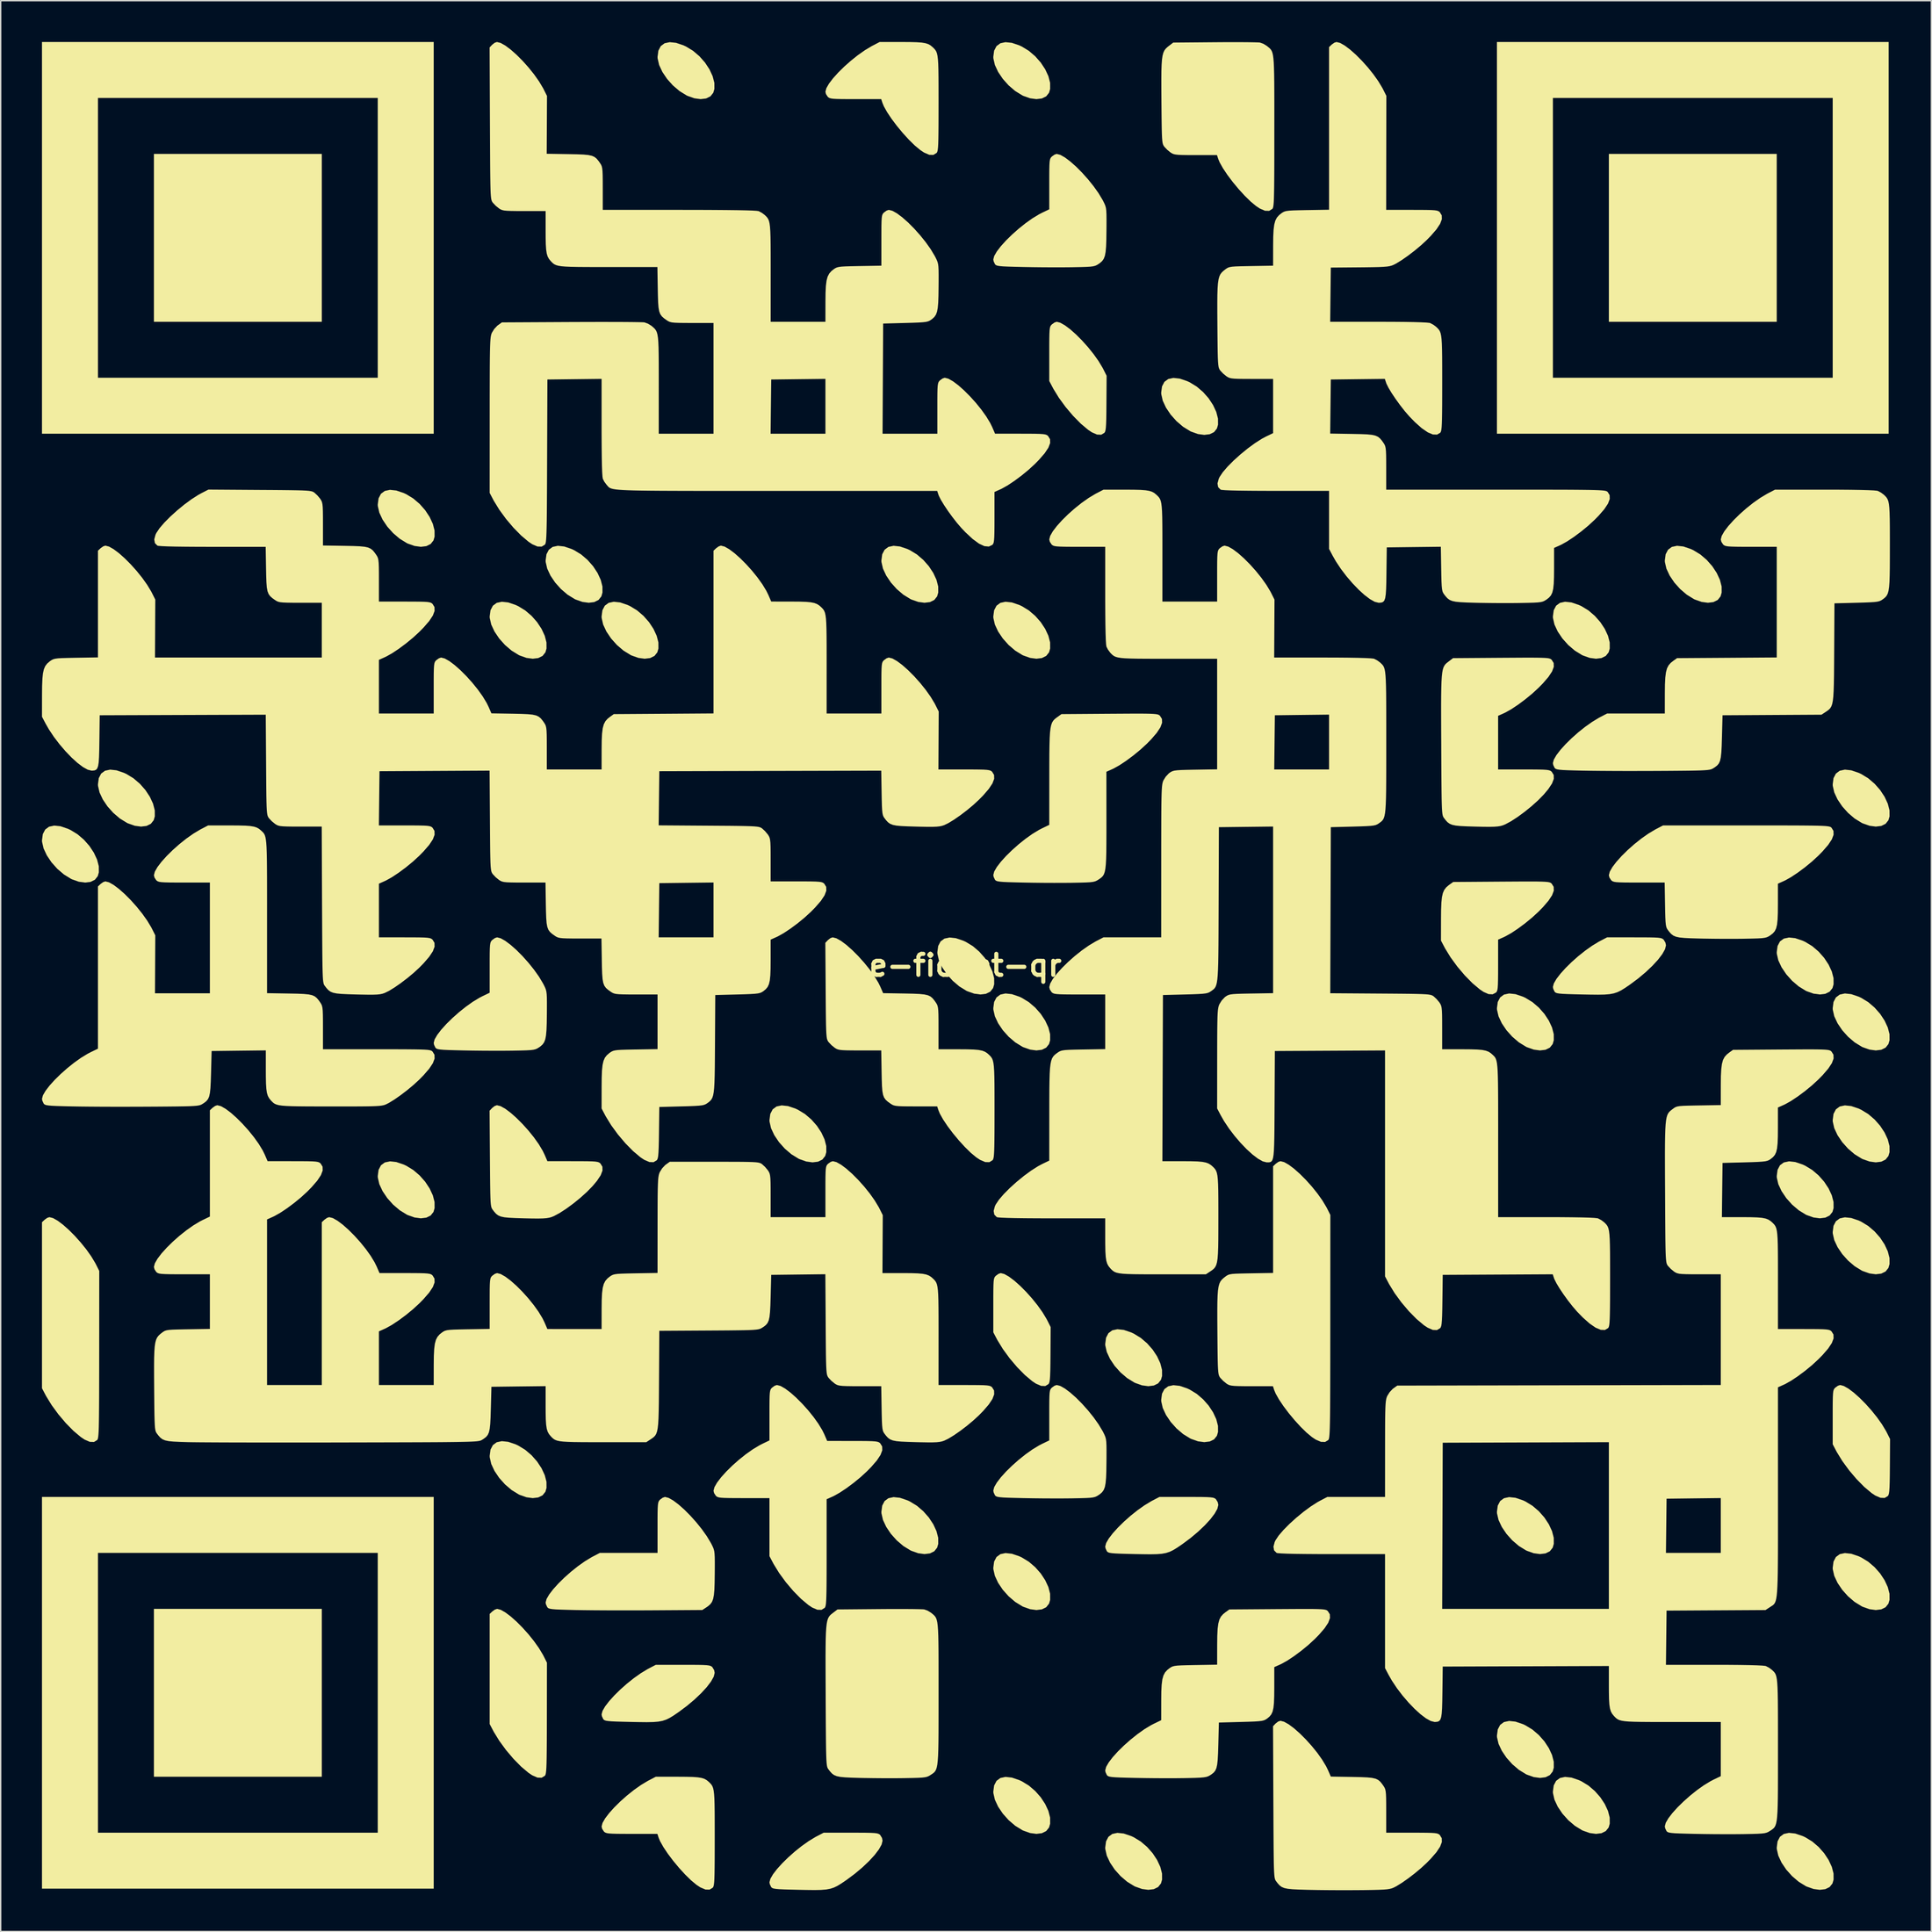
<source format=kicad_pcb>
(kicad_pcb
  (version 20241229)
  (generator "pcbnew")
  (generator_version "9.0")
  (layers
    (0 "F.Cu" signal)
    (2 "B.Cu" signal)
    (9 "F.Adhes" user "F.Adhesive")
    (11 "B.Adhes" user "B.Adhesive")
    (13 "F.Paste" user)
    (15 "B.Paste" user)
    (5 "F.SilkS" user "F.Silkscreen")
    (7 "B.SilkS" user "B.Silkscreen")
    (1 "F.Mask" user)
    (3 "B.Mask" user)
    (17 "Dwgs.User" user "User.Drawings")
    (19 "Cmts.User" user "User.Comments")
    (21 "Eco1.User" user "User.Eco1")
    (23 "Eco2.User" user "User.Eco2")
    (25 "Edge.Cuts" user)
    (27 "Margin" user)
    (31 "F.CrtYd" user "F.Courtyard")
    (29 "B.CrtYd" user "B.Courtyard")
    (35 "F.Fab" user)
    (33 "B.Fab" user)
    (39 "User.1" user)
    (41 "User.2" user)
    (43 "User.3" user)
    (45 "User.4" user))
  (footprint "e-fidget-qr"
    (layer "F.Cu")
    (at 67.056 67.056)
    (property "Reference" "e-fidget-qr" (at 0 0 0) (layer "F.SilkS") (effects (font (size 1.524 1.524) (thickness 0.3))))
    (attr board_only exclude_from_pos_files exclude_from_bom)
    (fp_poly (pts (xy -46.736 -46.736) (xy -58.928 -46.736) (xy -58.928 -58.928) (xy -46.736 -58.928)) (stroke (width 0) (type solid)) (fill yes) (layer "F.SilkS"))
    (fp_poly (pts (xy -46.736 58.928) (xy -58.928 58.928) (xy -58.928 46.736) (xy -46.736 46.736)) (stroke (width 0) (type solid)) (fill yes) (layer "F.SilkS"))
    (fp_poly (pts (xy 58.928 -46.736) (xy 46.736 -46.736) (xy 46.736 -58.928) (xy 58.928 -58.928)) (stroke (width 0) (type solid)) (fill yes) (layer "F.SilkS"))
    (fp_poly (pts (xy -38.608 -38.608) (xy -67.056 -38.608) (xy -67.056 -42.672) (xy -62.992 -42.672) (xy -42.672 -42.672) (xy -42.672 -62.992) (xy -62.992 -62.992) (xy -62.992 -42.672) (xy -67.056 -42.672) (xy -67.056 -67.056) (xy -38.608 -67.056)) (stroke (width 0) (type solid)) (fill yes) (layer "F.SilkS"))
    (fp_poly (pts (xy -38.608 67.056) (xy -67.056 67.056) (xy -67.056 62.992) (xy -62.992 62.992) (xy -42.672 62.992) (xy -42.672 42.672) (xy -62.992 42.672) (xy -62.992 62.992) (xy -67.056 62.992) (xy -67.056 38.608) (xy -38.608 38.608)) (stroke (width 0) (type solid)) (fill yes) (layer "F.SilkS"))
    (fp_poly (pts (xy 67.056 -38.608) (xy 38.608 -38.608) (xy 38.608 -42.672) (xy 42.672 -42.672) (xy 62.992 -42.672) (xy 62.992 -62.992) (xy 42.672 -62.992) (xy 42.672 -42.672) (xy 38.608 -42.672) (xy 38.608 -67.056) (xy 67.056 -67.056)) (stroke (width 0) (type solid)) (fill yes) (layer "F.SilkS"))
    (fp_poly (pts (xy -65.71 -10.099) (xy -65.171 -9.916) (xy -64.986 -9.83) (xy -64.475 -9.518) (xy -64.012 -9.122) (xy -63.611 -8.667) (xy -63.288 -8.177) (xy -63.056 -7.678) (xy -62.931 -7.195) (xy -62.928 -6.752) (xy -63.008 -6.475) (xy -63.214 -6.215) (xy -63.529 -6.059) (xy -63.927 -6.011) (xy -64.385 -6.072) (xy -64.875 -6.246) (xy -64.947 -6.28) (xy -65.463 -6.598) (xy -65.943 -7.008) (xy -66.365 -7.48) (xy -66.705 -7.985) (xy -66.942 -8.492) (xy -67.051 -8.969) (xy -67.056 -9.081) (xy -66.996 -9.531) (xy -66.823 -9.861) (xy -66.545 -10.068) (xy -66.171 -10.148)) (stroke (width 0) (type solid)) (fill yes) (layer "F.SilkS"))
    (fp_poly (pts (xy -61.646 -14.163) (xy -61.107 -13.98) (xy -60.922 -13.894) (xy -60.411 -13.582) (xy -59.948 -13.186) (xy -59.547 -12.731) (xy -59.224 -12.241) (xy -58.992 -11.742) (xy -58.867 -11.259) (xy -58.864 -10.816) (xy -58.944 -10.539) (xy -59.15 -10.279) (xy -59.465 -10.123) (xy -59.863 -10.075) (xy -60.321 -10.136) (xy -60.811 -10.31) (xy -60.883 -10.344) (xy -61.399 -10.662) (xy -61.879 -11.072) (xy -62.301 -11.544) (xy -62.641 -12.049) (xy -62.878 -12.556) (xy -62.987 -13.033) (xy -62.992 -13.145) (xy -62.932 -13.595) (xy -62.759 -13.925) (xy -62.481 -14.132) (xy -62.107 -14.212)) (stroke (width 0) (type solid)) (fill yes) (layer "F.SilkS"))
    (fp_poly (pts (xy -41.326 -34.483) (xy -40.787 -34.3) (xy -40.602 -34.214) (xy -40.091 -33.902) (xy -39.628 -33.506) (xy -39.227 -33.051) (xy -38.904 -32.561) (xy -38.672 -32.062) (xy -38.547 -31.579) (xy -38.544 -31.136) (xy -38.624 -30.859) (xy -38.83 -30.599) (xy -39.145 -30.443) (xy -39.543 -30.395) (xy -40.001 -30.456) (xy -40.491 -30.63) (xy -40.563 -30.664) (xy -41.079 -30.982) (xy -41.559 -31.392) (xy -41.981 -31.864) (xy -42.321 -32.369) (xy -42.558 -32.876) (xy -42.667 -33.353) (xy -42.672 -33.465) (xy -42.612 -33.915) (xy -42.439 -34.245) (xy -42.161 -34.452) (xy -41.787 -34.532)) (stroke (width 0) (type solid)) (fill yes) (layer "F.SilkS"))
    (fp_poly (pts (xy -41.326 14.285) (xy -40.787 14.468) (xy -40.602 14.554) (xy -40.091 14.866) (xy -39.628 15.262) (xy -39.227 15.717) (xy -38.904 16.207) (xy -38.672 16.706) (xy -38.547 17.189) (xy -38.544 17.632) (xy -38.624 17.909) (xy -38.83 18.169) (xy -39.145 18.325) (xy -39.543 18.373) (xy -40.001 18.312) (xy -40.491 18.138) (xy -40.563 18.104) (xy -41.079 17.786) (xy -41.559 17.376) (xy -41.981 16.904) (xy -42.321 16.399) (xy -42.558 15.892) (xy -42.667 15.415) (xy -42.672 15.303) (xy -42.612 14.853) (xy -42.439 14.523) (xy -42.161 14.316) (xy -41.787 14.236)) (stroke (width 0) (type solid)) (fill yes) (layer "F.SilkS"))
    (fp_poly (pts (xy -33.198 -26.355) (xy -32.659 -26.172) (xy -32.474 -26.086) (xy -31.963 -25.774) (xy -31.5 -25.378) (xy -31.099 -24.923) (xy -30.776 -24.433) (xy -30.544 -23.934) (xy -30.419 -23.451) (xy -30.416 -23.008) (xy -30.496 -22.731) (xy -30.702 -22.471) (xy -31.017 -22.315) (xy -31.415 -22.267) (xy -31.873 -22.328) (xy -32.363 -22.502) (xy -32.435 -22.536) (xy -32.951 -22.854) (xy -33.431 -23.264) (xy -33.853 -23.736) (xy -34.193 -24.241) (xy -34.43 -24.748) (xy -34.539 -25.225) (xy -34.544 -25.337) (xy -34.484 -25.787) (xy -34.311 -26.117) (xy -34.033 -26.324) (xy -33.659 -26.404)) (stroke (width 0) (type solid)) (fill yes) (layer "F.SilkS"))
    (fp_poly (pts (xy -33.198 34.605) (xy -32.659 34.788) (xy -32.474 34.874) (xy -31.963 35.186) (xy -31.5 35.582) (xy -31.099 36.037) (xy -30.776 36.527) (xy -30.544 37.026) (xy -30.419 37.509) (xy -30.416 37.952) (xy -30.496 38.229) (xy -30.702 38.489) (xy -31.017 38.645) (xy -31.415 38.693) (xy -31.873 38.632) (xy -32.363 38.458) (xy -32.435 38.424) (xy -32.951 38.106) (xy -33.431 37.696) (xy -33.853 37.224) (xy -34.193 36.719) (xy -34.43 36.212) (xy -34.539 35.735) (xy -34.544 35.623) (xy -34.484 35.173) (xy -34.311 34.843) (xy -34.033 34.636) (xy -33.659 34.556)) (stroke (width 0) (type solid)) (fill yes) (layer "F.SilkS"))
    (fp_poly (pts (xy -29.134 -30.419) (xy -28.595 -30.236) (xy -28.41 -30.15) (xy -27.899 -29.838) (xy -27.436 -29.442) (xy -27.035 -28.987) (xy -26.712 -28.497) (xy -26.48 -27.998) (xy -26.355 -27.515) (xy -26.352 -27.072) (xy -26.432 -26.795) (xy -26.638 -26.535) (xy -26.953 -26.379) (xy -27.351 -26.331) (xy -27.809 -26.392) (xy -28.299 -26.566) (xy -28.371 -26.6) (xy -28.887 -26.918) (xy -29.367 -27.328) (xy -29.789 -27.8) (xy -30.129 -28.305) (xy -30.366 -28.812) (xy -30.475 -29.289) (xy -30.48 -29.401) (xy -30.42 -29.851) (xy -30.247 -30.181) (xy -29.969 -30.388) (xy -29.595 -30.468)) (stroke (width 0) (type solid)) (fill yes) (layer "F.SilkS"))
    (fp_poly (pts (xy -25.07 -26.355) (xy -24.531 -26.172) (xy -24.346 -26.086) (xy -23.835 -25.774) (xy -23.372 -25.378) (xy -22.971 -24.923) (xy -22.648 -24.433) (xy -22.416 -23.934) (xy -22.291 -23.451) (xy -22.288 -23.008) (xy -22.368 -22.731) (xy -22.574 -22.471) (xy -22.889 -22.315) (xy -23.287 -22.267) (xy -23.745 -22.328) (xy -24.235 -22.502) (xy -24.307 -22.536) (xy -24.823 -22.854) (xy -25.303 -23.264) (xy -25.725 -23.736) (xy -26.065 -24.241) (xy -26.302 -24.748) (xy -26.411 -25.225) (xy -26.416 -25.337) (xy -26.356 -25.787) (xy -26.183 -26.117) (xy -25.905 -26.324) (xy -25.531 -26.404)) (stroke (width 0) (type solid)) (fill yes) (layer "F.SilkS"))
    (fp_poly (pts (xy -21.006 -66.995) (xy -20.467 -66.812) (xy -20.282 -66.726) (xy -19.771 -66.414) (xy -19.308 -66.018) (xy -18.907 -65.563) (xy -18.584 -65.073) (xy -18.352 -64.574) (xy -18.227 -64.091) (xy -18.224 -63.648) (xy -18.304 -63.371) (xy -18.51 -63.111) (xy -18.825 -62.955) (xy -19.223 -62.907) (xy -19.681 -62.968) (xy -20.171 -63.142) (xy -20.243 -63.176) (xy -20.759 -63.494) (xy -21.239 -63.904) (xy -21.661 -64.376) (xy -22.001 -64.881) (xy -22.238 -65.388) (xy -22.347 -65.865) (xy -22.352 -65.977) (xy -22.292 -66.427) (xy -22.119 -66.757) (xy -21.841 -66.964) (xy -21.467 -67.044)) (stroke (width 0) (type solid)) (fill yes) (layer "F.SilkS"))
    (fp_poly (pts (xy -12.878 10.221) (xy -12.339 10.404) (xy -12.154 10.49) (xy -11.643 10.802) (xy -11.18 11.198) (xy -10.779 11.653) (xy -10.456 12.143) (xy -10.224 12.642) (xy -10.099 13.125) (xy -10.096 13.568) (xy -10.176 13.845) (xy -10.382 14.105) (xy -10.697 14.261) (xy -11.095 14.309) (xy -11.553 14.248) (xy -12.043 14.074) (xy -12.115 14.04) (xy -12.631 13.722) (xy -13.111 13.312) (xy -13.533 12.84) (xy -13.873 12.335) (xy -14.11 11.828) (xy -14.219 11.351) (xy -14.224 11.239) (xy -14.164 10.789) (xy -13.991 10.459) (xy -13.713 10.252) (xy -13.339 10.172)) (stroke (width 0) (type solid)) (fill yes) (layer "F.SilkS"))
    (fp_poly (pts (xy -4.75 -30.419) (xy -4.211 -30.236) (xy -4.026 -30.15) (xy -3.515 -29.838) (xy -3.052 -29.442) (xy -2.651 -28.987) (xy -2.328 -28.497) (xy -2.096 -27.998) (xy -1.971 -27.515) (xy -1.968 -27.072) (xy -2.048 -26.795) (xy -2.254 -26.535) (xy -2.569 -26.379) (xy -2.967 -26.331) (xy -3.425 -26.392) (xy -3.915 -26.566) (xy -3.987 -26.6) (xy -4.503 -26.918) (xy -4.983 -27.328) (xy -5.405 -27.8) (xy -5.745 -28.305) (xy -5.982 -28.812) (xy -6.091 -29.289) (xy -6.096 -29.401) (xy -6.036 -29.851) (xy -5.863 -30.181) (xy -5.585 -30.388) (xy -5.211 -30.468)) (stroke (width 0) (type solid)) (fill yes) (layer "F.SilkS"))
    (fp_poly (pts (xy -4.75 38.669) (xy -4.211 38.852) (xy -4.026 38.938) (xy -3.515 39.25) (xy -3.052 39.646) (xy -2.651 40.101) (xy -2.328 40.591) (xy -2.096 41.09) (xy -1.971 41.573) (xy -1.968 42.016) (xy -2.048 42.293) (xy -2.254 42.553) (xy -2.569 42.709) (xy -2.967 42.757) (xy -3.425 42.696) (xy -3.915 42.522) (xy -3.987 42.488) (xy -4.503 42.17) (xy -4.983 41.76) (xy -5.405 41.288) (xy -5.745 40.783) (xy -5.982 40.276) (xy -6.091 39.799) (xy -6.096 39.687) (xy -6.036 39.237) (xy -5.863 38.907) (xy -5.585 38.7) (xy -5.211 38.62)) (stroke (width 0) (type solid)) (fill yes) (layer "F.SilkS"))
    (fp_poly (pts (xy -0.686 -1.971) (xy -0.147 -1.788) (xy 0.038 -1.702) (xy 0.549 -1.39) (xy 1.012 -0.994) (xy 1.413 -0.539) (xy 1.736 -0.049) (xy 1.968 0.45) (xy 2.093 0.933) (xy 2.096 1.376) (xy 2.016 1.653) (xy 1.81 1.913) (xy 1.495 2.069) (xy 1.097 2.117) (xy 0.639 2.056) (xy 0.149 1.882) (xy 0.077 1.848) (xy -0.439 1.53) (xy -0.919 1.12) (xy -1.341 0.648) (xy -1.681 0.143) (xy -1.918 -0.364) (xy -2.027 -0.841) (xy -2.032 -0.953) (xy -1.972 -1.403) (xy -1.799 -1.733) (xy -1.521 -1.94) (xy -1.147 -2.02)) (stroke (width 0) (type solid)) (fill yes) (layer "F.SilkS"))
    (fp_poly (pts (xy 3.378 -66.995) (xy 3.917 -66.812) (xy 4.102 -66.726) (xy 4.613 -66.414) (xy 5.076 -66.018) (xy 5.477 -65.563) (xy 5.8 -65.073) (xy 6.032 -64.574) (xy 6.157 -64.091) (xy 6.16 -63.648) (xy 6.08 -63.371) (xy 5.874 -63.111) (xy 5.559 -62.955) (xy 5.161 -62.907) (xy 4.703 -62.968) (xy 4.213 -63.142) (xy 4.141 -63.176) (xy 3.625 -63.494) (xy 3.145 -63.904) (xy 2.723 -64.376) (xy 2.383 -64.881) (xy 2.146 -65.388) (xy 2.037 -65.865) (xy 2.032 -65.977) (xy 2.092 -66.427) (xy 2.265 -66.757) (xy 2.543 -66.964) (xy 2.917 -67.044)) (stroke (width 0) (type solid)) (fill yes) (layer "F.SilkS"))
    (fp_poly (pts (xy 3.378 -26.355) (xy 3.917 -26.172) (xy 4.102 -26.086) (xy 4.613 -25.774) (xy 5.076 -25.378) (xy 5.477 -24.923) (xy 5.8 -24.433) (xy 6.032 -23.934) (xy 6.157 -23.451) (xy 6.16 -23.008) (xy 6.08 -22.731) (xy 5.874 -22.471) (xy 5.559 -22.315) (xy 5.161 -22.267) (xy 4.703 -22.328) (xy 4.213 -22.502) (xy 4.141 -22.536) (xy 3.625 -22.854) (xy 3.145 -23.264) (xy 2.723 -23.736) (xy 2.383 -24.241) (xy 2.146 -24.748) (xy 2.037 -25.225) (xy 2.032 -25.337) (xy 2.092 -25.787) (xy 2.265 -26.117) (xy 2.543 -26.324) (xy 2.917 -26.404)) (stroke (width 0) (type solid)) (fill yes) (layer "F.SilkS"))
    (fp_poly (pts (xy 3.378 2.093) (xy 3.917 2.276) (xy 4.102 2.362) (xy 4.613 2.674) (xy 5.076 3.07) (xy 5.477 3.525) (xy 5.8 4.015) (xy 6.032 4.514) (xy 6.157 4.997) (xy 6.16 5.44) (xy 6.08 5.717) (xy 5.874 5.977) (xy 5.559 6.133) (xy 5.161 6.181) (xy 4.703 6.12) (xy 4.213 5.946) (xy 4.141 5.912) (xy 3.625 5.594) (xy 3.145 5.184) (xy 2.723 4.712) (xy 2.383 4.207) (xy 2.146 3.7) (xy 2.037 3.223) (xy 2.032 3.111) (xy 2.092 2.661) (xy 2.265 2.331) (xy 2.543 2.124) (xy 2.917 2.044)) (stroke (width 0) (type solid)) (fill yes) (layer "F.SilkS"))
    (fp_poly (pts (xy 3.378 42.733) (xy 3.917 42.916) (xy 4.102 43.002) (xy 4.613 43.314) (xy 5.076 43.71) (xy 5.477 44.165) (xy 5.8 44.655) (xy 6.032 45.154) (xy 6.157 45.637) (xy 6.16 46.08) (xy 6.08 46.357) (xy 5.874 46.617) (xy 5.559 46.773) (xy 5.161 46.821) (xy 4.703 46.76) (xy 4.213 46.586) (xy 4.141 46.552) (xy 3.625 46.234) (xy 3.145 45.824) (xy 2.723 45.352) (xy 2.383 44.847) (xy 2.146 44.34) (xy 2.037 43.863) (xy 2.032 43.751) (xy 2.092 43.301) (xy 2.265 42.971) (xy 2.543 42.764) (xy 2.917 42.684)) (stroke (width 0) (type solid)) (fill yes) (layer "F.SilkS"))
    (fp_poly (pts (xy 3.378 58.989) (xy 3.917 59.172) (xy 4.102 59.258) (xy 4.613 59.57) (xy 5.076 59.966) (xy 5.477 60.421) (xy 5.8 60.911) (xy 6.032 61.41) (xy 6.157 61.893) (xy 6.16 62.336) (xy 6.08 62.613) (xy 5.874 62.873) (xy 5.559 63.029) (xy 5.161 63.077) (xy 4.703 63.016) (xy 4.213 62.842) (xy 4.141 62.808) (xy 3.625 62.49) (xy 3.145 62.08) (xy 2.723 61.608) (xy 2.383 61.103) (xy 2.146 60.596) (xy 2.037 60.119) (xy 2.032 60.007) (xy 2.092 59.557) (xy 2.265 59.227) (xy 2.543 59.02) (xy 2.917 58.94)) (stroke (width 0) (type solid)) (fill yes) (layer "F.SilkS"))
    (fp_poly (pts (xy 11.506 26.477) (xy 12.045 26.66) (xy 12.23 26.746) (xy 12.741 27.058) (xy 13.204 27.454) (xy 13.605 27.909) (xy 13.928 28.399) (xy 14.16 28.898) (xy 14.285 29.381) (xy 14.288 29.824) (xy 14.208 30.101) (xy 14.002 30.361) (xy 13.687 30.517) (xy 13.289 30.565) (xy 12.831 30.504) (xy 12.341 30.33) (xy 12.269 30.296) (xy 11.753 29.978) (xy 11.273 29.568) (xy 10.851 29.096) (xy 10.511 28.591) (xy 10.274 28.084) (xy 10.165 27.607) (xy 10.16 27.495) (xy 10.22 27.045) (xy 10.393 26.715) (xy 10.671 26.508) (xy 11.045 26.428)) (stroke (width 0) (type solid)) (fill yes) (layer "F.SilkS"))
    (fp_poly (pts (xy 11.506 63.053) (xy 12.045 63.236) (xy 12.23 63.322) (xy 12.741 63.634) (xy 13.204 64.03) (xy 13.605 64.485) (xy 13.928 64.975) (xy 14.16 65.474) (xy 14.285 65.957) (xy 14.288 66.4) (xy 14.208 66.677) (xy 14.002 66.937) (xy 13.687 67.093) (xy 13.289 67.141) (xy 12.831 67.08) (xy 12.341 66.906) (xy 12.269 66.872) (xy 11.753 66.554) (xy 11.273 66.144) (xy 10.851 65.672) (xy 10.511 65.167) (xy 10.274 64.66) (xy 10.165 64.183) (xy 10.16 64.071) (xy 10.22 63.621) (xy 10.393 63.291) (xy 10.671 63.084) (xy 11.045 63.004)) (stroke (width 0) (type solid)) (fill yes) (layer "F.SilkS"))
    (fp_poly (pts (xy 15.57 -42.611) (xy 16.109 -42.428) (xy 16.294 -42.342) (xy 16.805 -42.03) (xy 17.268 -41.634) (xy 17.669 -41.179) (xy 17.992 -40.689) (xy 18.224 -40.19) (xy 18.349 -39.707) (xy 18.352 -39.264) (xy 18.272 -38.987) (xy 18.066 -38.727) (xy 17.751 -38.571) (xy 17.353 -38.523) (xy 16.895 -38.584) (xy 16.405 -38.758) (xy 16.333 -38.792) (xy 15.817 -39.11) (xy 15.337 -39.52) (xy 14.915 -39.992) (xy 14.575 -40.497) (xy 14.338 -41.004) (xy 14.229 -41.481) (xy 14.224 -41.593) (xy 14.284 -42.043) (xy 14.457 -42.373) (xy 14.735 -42.58) (xy 15.109 -42.66)) (stroke (width 0) (type solid)) (fill yes) (layer "F.SilkS"))
    (fp_poly (pts (xy 15.57 30.541) (xy 16.109 30.724) (xy 16.294 30.81) (xy 16.805 31.122) (xy 17.268 31.518) (xy 17.669 31.973) (xy 17.992 32.463) (xy 18.224 32.962) (xy 18.349 33.445) (xy 18.352 33.888) (xy 18.272 34.165) (xy 18.066 34.425) (xy 17.751 34.581) (xy 17.353 34.629) (xy 16.895 34.568) (xy 16.405 34.394) (xy 16.333 34.36) (xy 15.817 34.042) (xy 15.337 33.632) (xy 14.915 33.16) (xy 14.575 32.655) (xy 14.338 32.148) (xy 14.229 31.671) (xy 14.224 31.559) (xy 14.284 31.109) (xy 14.457 30.779) (xy 14.735 30.572) (xy 15.109 30.492)) (stroke (width 0) (type solid)) (fill yes) (layer "F.SilkS"))
    (fp_poly (pts (xy 39.954 2.093) (xy 40.493 2.276) (xy 40.678 2.362) (xy 41.189 2.674) (xy 41.652 3.07) (xy 42.053 3.525) (xy 42.376 4.015) (xy 42.608 4.514) (xy 42.733 4.997) (xy 42.736 5.44) (xy 42.656 5.717) (xy 42.45 5.977) (xy 42.135 6.133) (xy 41.737 6.181) (xy 41.279 6.12) (xy 40.789 5.946) (xy 40.717 5.912) (xy 40.201 5.594) (xy 39.721 5.184) (xy 39.299 4.712) (xy 38.959 4.207) (xy 38.722 3.7) (xy 38.613 3.223) (xy 38.608 3.111) (xy 38.668 2.661) (xy 38.841 2.331) (xy 39.119 2.124) (xy 39.493 2.044)) (stroke (width 0) (type solid)) (fill yes) (layer "F.SilkS"))
    (fp_poly (pts (xy 39.954 38.669) (xy 40.493 38.852) (xy 40.678 38.938) (xy 41.189 39.25) (xy 41.652 39.646) (xy 42.053 40.101) (xy 42.376 40.591) (xy 42.608 41.09) (xy 42.733 41.573) (xy 42.736 42.016) (xy 42.656 42.293) (xy 42.45 42.553) (xy 42.135 42.709) (xy 41.737 42.757) (xy 41.279 42.696) (xy 40.789 42.522) (xy 40.717 42.488) (xy 40.201 42.17) (xy 39.721 41.76) (xy 39.299 41.288) (xy 38.959 40.783) (xy 38.722 40.276) (xy 38.613 39.799) (xy 38.608 39.687) (xy 38.668 39.237) (xy 38.841 38.907) (xy 39.119 38.7) (xy 39.493 38.62)) (stroke (width 0) (type solid)) (fill yes) (layer "F.SilkS"))
    (fp_poly (pts (xy 39.954 54.925) (xy 40.493 55.108) (xy 40.678 55.194) (xy 41.189 55.506) (xy 41.652 55.902) (xy 42.053 56.357) (xy 42.376 56.847) (xy 42.608 57.346) (xy 42.733 57.829) (xy 42.736 58.272) (xy 42.656 58.549) (xy 42.45 58.809) (xy 42.135 58.965) (xy 41.737 59.013) (xy 41.279 58.952) (xy 40.789 58.778) (xy 40.717 58.744) (xy 40.201 58.426) (xy 39.721 58.016) (xy 39.299 57.544) (xy 38.959 57.039) (xy 38.722 56.532) (xy 38.613 56.055) (xy 38.608 55.943) (xy 38.668 55.493) (xy 38.841 55.163) (xy 39.119 54.956) (xy 39.493 54.876)) (stroke (width 0) (type solid)) (fill yes) (layer "F.SilkS"))
    (fp_poly (pts (xy 44.018 -26.355) (xy 44.557 -26.172) (xy 44.742 -26.086) (xy 45.253 -25.774) (xy 45.716 -25.378) (xy 46.117 -24.923) (xy 46.44 -24.433) (xy 46.672 -23.934) (xy 46.797 -23.451) (xy 46.8 -23.008) (xy 46.72 -22.731) (xy 46.514 -22.471) (xy 46.199 -22.315) (xy 45.801 -22.267) (xy 45.343 -22.328) (xy 44.853 -22.502) (xy 44.781 -22.536) (xy 44.265 -22.854) (xy 43.785 -23.264) (xy 43.363 -23.736) (xy 43.023 -24.241) (xy 42.786 -24.748) (xy 42.677 -25.225) (xy 42.672 -25.337) (xy 42.732 -25.787) (xy 42.905 -26.117) (xy 43.183 -26.324) (xy 43.557 -26.404)) (stroke (width 0) (type solid)) (fill yes) (layer "F.SilkS"))
    (fp_poly (pts (xy 44.018 58.989) (xy 44.557 59.172) (xy 44.742 59.258) (xy 45.253 59.57) (xy 45.716 59.966) (xy 46.117 60.421) (xy 46.44 60.911) (xy 46.672 61.41) (xy 46.797 61.893) (xy 46.8 62.336) (xy 46.72 62.613) (xy 46.514 62.873) (xy 46.199 63.029) (xy 45.801 63.077) (xy 45.343 63.016) (xy 44.853 62.842) (xy 44.781 62.808) (xy 44.265 62.49) (xy 43.785 62.08) (xy 43.363 61.608) (xy 43.023 61.103) (xy 42.786 60.596) (xy 42.677 60.119) (xy 42.672 60.007) (xy 42.732 59.557) (xy 42.905 59.227) (xy 43.183 59.02) (xy 43.557 58.94)) (stroke (width 0) (type solid)) (fill yes) (layer "F.SilkS"))
    (fp_poly (pts (xy 52.146 -30.419) (xy 52.685 -30.236) (xy 52.87 -30.15) (xy 53.381 -29.838) (xy 53.844 -29.442) (xy 54.245 -28.987) (xy 54.568 -28.497) (xy 54.8 -27.998) (xy 54.925 -27.515) (xy 54.928 -27.072) (xy 54.848 -26.795) (xy 54.642 -26.535) (xy 54.327 -26.379) (xy 53.929 -26.331) (xy 53.471 -26.392) (xy 52.981 -26.566) (xy 52.909 -26.6) (xy 52.393 -26.918) (xy 51.913 -27.328) (xy 51.491 -27.8) (xy 51.151 -28.305) (xy 50.914 -28.812) (xy 50.805 -29.289) (xy 50.8 -29.401) (xy 50.86 -29.851) (xy 51.033 -30.181) (xy 51.311 -30.388) (xy 51.685 -30.468)) (stroke (width 0) (type solid)) (fill yes) (layer "F.SilkS"))
    (fp_poly (pts (xy 60.274 -1.971) (xy 60.813 -1.788) (xy 60.998 -1.702) (xy 61.509 -1.39) (xy 61.972 -0.994) (xy 62.373 -0.539) (xy 62.696 -0.049) (xy 62.928 0.45) (xy 63.053 0.933) (xy 63.056 1.376) (xy 62.976 1.653) (xy 62.77 1.913) (xy 62.455 2.069) (xy 62.057 2.117) (xy 61.599 2.056) (xy 61.109 1.882) (xy 61.037 1.848) (xy 60.521 1.53) (xy 60.041 1.12) (xy 59.619 0.648) (xy 59.279 0.143) (xy 59.042 -0.364) (xy 58.933 -0.841) (xy 58.928 -0.953) (xy 58.988 -1.403) (xy 59.161 -1.733) (xy 59.439 -1.94) (xy 59.813 -2.02)) (stroke (width 0) (type solid)) (fill yes) (layer "F.SilkS"))
    (fp_poly (pts (xy 60.274 14.285) (xy 60.813 14.468) (xy 60.998 14.554) (xy 61.509 14.866) (xy 61.972 15.262) (xy 62.373 15.717) (xy 62.696 16.207) (xy 62.928 16.706) (xy 63.053 17.189) (xy 63.056 17.632) (xy 62.976 17.909) (xy 62.77 18.169) (xy 62.455 18.325) (xy 62.057 18.373) (xy 61.599 18.312) (xy 61.109 18.138) (xy 61.037 18.104) (xy 60.521 17.786) (xy 60.041 17.376) (xy 59.619 16.904) (xy 59.279 16.399) (xy 59.042 15.892) (xy 58.933 15.415) (xy 58.928 15.303) (xy 58.988 14.853) (xy 59.161 14.523) (xy 59.439 14.316) (xy 59.813 14.236)) (stroke (width 0) (type solid)) (fill yes) (layer "F.SilkS"))
    (fp_poly (pts (xy 60.274 63.053) (xy 60.813 63.236) (xy 60.998 63.322) (xy 61.509 63.634) (xy 61.972 64.03) (xy 62.373 64.485) (xy 62.696 64.975) (xy 62.928 65.474) (xy 63.053 65.957) (xy 63.056 66.4) (xy 62.976 66.677) (xy 62.77 66.937) (xy 62.455 67.093) (xy 62.057 67.141) (xy 61.599 67.08) (xy 61.109 66.906) (xy 61.037 66.872) (xy 60.521 66.554) (xy 60.041 66.144) (xy 59.619 65.672) (xy 59.279 65.167) (xy 59.042 64.66) (xy 58.933 64.183) (xy 58.928 64.071) (xy 58.988 63.621) (xy 59.161 63.291) (xy 59.439 63.084) (xy 59.813 63.004)) (stroke (width 0) (type solid)) (fill yes) (layer "F.SilkS"))
    (fp_poly (pts (xy 64.338 -14.163) (xy 64.877 -13.98) (xy 65.062 -13.894) (xy 65.573 -13.582) (xy 66.036 -13.186) (xy 66.437 -12.731) (xy 66.76 -12.241) (xy 66.992 -11.742) (xy 67.117 -11.259) (xy 67.12 -10.816) (xy 67.04 -10.539) (xy 66.834 -10.279) (xy 66.519 -10.123) (xy 66.121 -10.075) (xy 65.663 -10.136) (xy 65.173 -10.31) (xy 65.101 -10.344) (xy 64.585 -10.662) (xy 64.105 -11.072) (xy 63.683 -11.544) (xy 63.343 -12.049) (xy 63.106 -12.556) (xy 62.997 -13.033) (xy 62.992 -13.145) (xy 63.052 -13.595) (xy 63.225 -13.925) (xy 63.503 -14.132) (xy 63.877 -14.212)) (stroke (width 0) (type solid)) (fill yes) (layer "F.SilkS"))
    (fp_poly (pts (xy 64.338 2.093) (xy 64.877 2.276) (xy 65.062 2.362) (xy 65.573 2.674) (xy 66.036 3.07) (xy 66.437 3.525) (xy 66.76 4.015) (xy 66.992 4.514) (xy 67.117 4.997) (xy 67.12 5.44) (xy 67.04 5.717) (xy 66.834 5.977) (xy 66.519 6.133) (xy 66.121 6.181) (xy 65.663 6.12) (xy 65.173 5.946) (xy 65.101 5.912) (xy 64.585 5.594) (xy 64.105 5.184) (xy 63.683 4.712) (xy 63.343 4.207) (xy 63.106 3.7) (xy 62.997 3.223) (xy 62.992 3.111) (xy 63.052 2.661) (xy 63.225 2.331) (xy 63.503 2.124) (xy 63.877 2.044)) (stroke (width 0) (type solid)) (fill yes) (layer "F.SilkS"))
    (fp_poly (pts (xy 64.338 10.221) (xy 64.877 10.404) (xy 65.062 10.49) (xy 65.573 10.802) (xy 66.036 11.198) (xy 66.437 11.653) (xy 66.76 12.143) (xy 66.992 12.642) (xy 67.117 13.125) (xy 67.12 13.568) (xy 67.04 13.845) (xy 66.834 14.105) (xy 66.519 14.261) (xy 66.121 14.309) (xy 65.663 14.248) (xy 65.173 14.074) (xy 65.101 14.04) (xy 64.585 13.722) (xy 64.105 13.312) (xy 63.683 12.84) (xy 63.343 12.335) (xy 63.106 11.828) (xy 62.997 11.351) (xy 62.992 11.239) (xy 63.052 10.789) (xy 63.225 10.459) (xy 63.503 10.252) (xy 63.877 10.172)) (stroke (width 0) (type solid)) (fill yes) (layer "F.SilkS"))
    (fp_poly (pts (xy 64.338 18.349) (xy 64.877 18.532) (xy 65.062 18.618) (xy 65.573 18.93) (xy 66.036 19.326) (xy 66.437 19.781) (xy 66.76 20.271) (xy 66.992 20.77) (xy 67.117 21.253) (xy 67.12 21.696) (xy 67.04 21.973) (xy 66.834 22.233) (xy 66.519 22.389) (xy 66.121 22.437) (xy 65.663 22.376) (xy 65.173 22.202) (xy 65.101 22.168) (xy 64.585 21.85) (xy 64.105 21.44) (xy 63.683 20.968) (xy 63.343 20.463) (xy 63.106 19.956) (xy 62.997 19.479) (xy 62.992 19.367) (xy 63.052 18.917) (xy 63.225 18.587) (xy 63.503 18.38) (xy 63.877 18.3)) (stroke (width 0) (type solid)) (fill yes) (layer "F.SilkS"))
    (fp_poly (pts (xy 64.338 42.733) (xy 64.877 42.916) (xy 65.062 43.002) (xy 65.573 43.314) (xy 66.036 43.71) (xy 66.437 44.165) (xy 66.76 44.655) (xy 66.992 45.154) (xy 67.117 45.637) (xy 67.12 46.08) (xy 67.04 46.357) (xy 66.834 46.617) (xy 66.519 46.773) (xy 66.121 46.821) (xy 65.663 46.76) (xy 65.173 46.586) (xy 65.101 46.552) (xy 64.585 46.234) (xy 64.105 45.824) (xy 63.683 45.352) (xy 63.343 44.847) (xy 63.106 44.34) (xy 62.997 43.863) (xy 62.992 43.751) (xy 63.052 43.301) (xy 63.225 42.971) (xy 63.503 42.764) (xy 63.877 42.684)) (stroke (width 0) (type solid)) (fill yes) (layer "F.SilkS"))
    (fp_poly (pts (xy -33.742 46.804) (xy -33.407 46.994) (xy -33.018 47.286) (xy -32.596 47.66) (xy -32.161 48.097) (xy -31.732 48.575) (xy -31.329 49.076) (xy -30.971 49.58) (xy -30.678 50.065) (xy -30.611 50.194) (xy -30.384 50.647) (xy -30.39 54.676) (xy -30.392 55.614) (xy -30.395 56.398) (xy -30.4 57.041) (xy -30.406 57.558) (xy -30.415 57.964) (xy -30.427 58.273) (xy -30.442 58.5) (xy -30.462 58.659) (xy -30.486 58.764) (xy -30.515 58.83) (xy -30.536 58.858) (xy -30.77 59.001) (xy -31.074 58.99) (xy -31.449 58.827) (xy -31.72 58.647) (xy -32.256 58.196) (xy -32.814 57.629) (xy -33.356 56.989) (xy -33.845 56.32) (xy -34.246 55.667) (xy -34.286 55.591) (xy -34.544 55.101) (xy -34.544 47.104) (xy -34.348 46.92) (xy -34.165 46.789) (xy -34.006 46.736)) (stroke (width 0) (type solid)) (fill yes) (layer "F.SilkS"))
    (fp_poly (pts (xy -66.255 18.356) (xy -65.919 18.546) (xy -65.53 18.838) (xy -65.109 19.212) (xy -64.674 19.648) (xy -64.245 20.127) (xy -63.841 20.627) (xy -63.484 21.13) (xy -63.191 21.615) (xy -63.124 21.744) (xy -62.898 22.195) (xy -62.902 28.257) (xy -62.903 29.422) (xy -62.905 30.43) (xy -62.907 31.292) (xy -62.911 32.02) (xy -62.916 32.626) (xy -62.923 33.12) (xy -62.931 33.516) (xy -62.942 33.824) (xy -62.956 34.057) (xy -62.972 34.225) (xy -62.991 34.341) (xy -63.013 34.417) (xy -63.039 34.464) (xy -63.047 34.473) (xy -63.28 34.617) (xy -63.584 34.607) (xy -63.958 34.445) (xy -64.232 34.263) (xy -64.768 33.812) (xy -65.326 33.245) (xy -65.868 32.605) (xy -66.357 31.936) (xy -66.758 31.283) (xy -66.798 31.207) (xy -67.056 30.717) (xy -67.056 18.656) (xy -66.86 18.472) (xy -66.677 18.341) (xy -66.518 18.288)) (stroke (width 0) (type solid)) (fill yes) (layer "F.SilkS"))
    (fp_poly (pts (xy 2.834 22.42) (xy 3.17 22.61) (xy 3.559 22.902) (xy 3.981 23.277) (xy 4.416 23.714) (xy 4.846 24.194) (xy 5.249 24.696) (xy 5.608 25.2) (xy 5.901 25.687) (xy 5.968 25.815) (xy 6.197 26.273) (xy 6.185 28.268) (xy 6.18 28.915) (xy 6.172 29.413) (xy 6.159 29.784) (xy 6.141 30.049) (xy 6.116 30.228) (xy 6.082 30.342) (xy 6.038 30.412) (xy 6.037 30.414) (xy 5.805 30.554) (xy 5.5 30.542) (xy 5.124 30.377) (xy 4.856 30.199) (xy 4.32 29.748) (xy 3.762 29.181) (xy 3.22 28.541) (xy 2.731 27.872) (xy 2.33 27.219) (xy 2.29 27.143) (xy 2.032 26.653) (xy 2.032 24.686) (xy 2.032 24.06) (xy 2.035 23.581) (xy 2.042 23.227) (xy 2.055 22.976) (xy 2.076 22.805) (xy 2.108 22.692) (xy 2.152 22.615) (xy 2.21 22.553) (xy 2.228 22.536) (xy 2.411 22.405) (xy 2.57 22.352)) (stroke (width 0) (type solid)) (fill yes) (layer "F.SilkS"))
    (fp_poly (pts (xy 6.898 -46.668) (xy 7.234 -46.478) (xy 7.623 -46.186) (xy 8.045 -45.811) (xy 8.48 -45.374) (xy 8.91 -44.894) (xy 9.313 -44.392) (xy 9.672 -43.888) (xy 9.965 -43.401) (xy 10.032 -43.273) (xy 10.261 -42.815) (xy 10.249 -40.82) (xy 10.244 -40.173) (xy 10.236 -39.675) (xy 10.223 -39.304) (xy 10.205 -39.039) (xy 10.18 -38.86) (xy 10.146 -38.746) (xy 10.102 -38.676) (xy 10.101 -38.674) (xy 9.869 -38.534) (xy 9.564 -38.546) (xy 9.188 -38.711) (xy 8.92 -38.889) (xy 8.384 -39.34) (xy 7.826 -39.907) (xy 7.284 -40.547) (xy 6.795 -41.216) (xy 6.394 -41.869) (xy 6.354 -41.945) (xy 6.096 -42.435) (xy 6.096 -44.402) (xy 6.096 -45.028) (xy 6.099 -45.507) (xy 6.106 -45.861) (xy 6.119 -46.112) (xy 6.14 -46.283) (xy 6.172 -46.396) (xy 6.216 -46.473) (xy 6.274 -46.535) (xy 6.292 -46.552) (xy 6.475 -46.683) (xy 6.634 -46.736)) (stroke (width 0) (type solid)) (fill yes) (layer "F.SilkS"))
    (fp_poly (pts (xy 63.794 30.548) (xy 64.13 30.738) (xy 64.519 31.03) (xy 64.941 31.405) (xy 65.376 31.842) (xy 65.806 32.322) (xy 66.209 32.824) (xy 66.568 33.328) (xy 66.861 33.815) (xy 66.928 33.943) (xy 67.157 34.401) (xy 67.145 36.396) (xy 67.14 37.043) (xy 67.132 37.541) (xy 67.119 37.912) (xy 67.101 38.177) (xy 67.076 38.356) (xy 67.042 38.47) (xy 66.998 38.54) (xy 66.997 38.542) (xy 66.765 38.682) (xy 66.46 38.67) (xy 66.084 38.505) (xy 65.816 38.327) (xy 65.28 37.876) (xy 64.722 37.309) (xy 64.18 36.669) (xy 63.691 36) (xy 63.29 35.347) (xy 63.25 35.271) (xy 62.992 34.781) (xy 62.992 32.814) (xy 62.992 32.188) (xy 62.995 31.709) (xy 63.002 31.355) (xy 63.015 31.104) (xy 63.036 30.933) (xy 63.068 30.82) (xy 63.112 30.743) (xy 63.17 30.681) (xy 63.188 30.664) (xy 63.371 30.533) (xy 63.53 30.48)) (stroke (width 0) (type solid)) (fill yes) (layer "F.SilkS"))
    (fp_poly (pts (xy -19.881 50.801) (xy -19.399 50.804) (xy -19.042 50.812) (xy -18.788 50.826) (xy -18.615 50.848) (xy -18.502 50.88) (xy -18.425 50.923) (xy -18.373 50.969) (xy -18.244 51.182) (xy -18.203 51.381) (xy -18.273 51.663) (xy -18.471 52.015) (xy -18.78 52.421) (xy -19.186 52.863) (xy -19.671 53.323) (xy -20.22 53.784) (xy -20.816 54.228) (xy -20.875 54.269) (xy -21.196 54.487) (xy -21.47 54.655) (xy -21.727 54.781) (xy -21.994 54.869) (xy -22.299 54.926) (xy -22.669 54.956) (xy -23.132 54.965) (xy -23.716 54.959) (xy -24.243 54.949) (xy -24.867 54.934) (xy -25.343 54.92) (xy -25.693 54.904) (xy -25.939 54.883) (xy -26.102 54.857) (xy -26.205 54.822) (xy -26.267 54.776) (xy -26.296 54.742) (xy -26.393 54.535) (xy -26.416 54.399) (xy -26.348 54.145) (xy -26.159 53.819) (xy -25.867 53.439) (xy -25.492 53.024) (xy -25.056 52.595) (xy -24.577 52.17) (xy -24.075 51.769) (xy -23.57 51.411) (xy -23.083 51.115) (xy -22.987 51.064) (xy -22.479 50.8) (xy -20.511 50.8)) (stroke (width 0) (type solid)) (fill yes) (layer "F.SilkS"))
    (fp_poly (pts (xy -7.689 62.993) (xy -7.207 62.996) (xy -6.85 63.004) (xy -6.596 63.018) (xy -6.423 63.04) (xy -6.31 63.072) (xy -6.233 63.115) (xy -6.181 63.161) (xy -6.052 63.374) (xy -6.011 63.573) (xy -6.081 63.855) (xy -6.279 64.207) (xy -6.588 64.613) (xy -6.994 65.055) (xy -7.479 65.515) (xy -8.028 65.976) (xy -8.624 66.42) (xy -8.683 66.461) (xy -9.004 66.679) (xy -9.278 66.847) (xy -9.535 66.973) (xy -9.802 67.061) (xy -10.107 67.118) (xy -10.477 67.148) (xy -10.94 67.157) (xy -11.524 67.151) (xy -12.051 67.141) (xy -12.675 67.126) (xy -13.151 67.112) (xy -13.501 67.096) (xy -13.747 67.075) (xy -13.91 67.049) (xy -14.013 67.014) (xy -14.075 66.968) (xy -14.104 66.934) (xy -14.201 66.727) (xy -14.224 66.591) (xy -14.156 66.337) (xy -13.967 66.011) (xy -13.675 65.631) (xy -13.3 65.216) (xy -12.864 64.787) (xy -12.385 64.362) (xy -11.883 63.961) (xy -11.378 63.603) (xy -10.891 63.307) (xy -10.795 63.256) (xy -10.287 62.992) (xy -8.319 62.992)) (stroke (width 0) (type solid)) (fill yes) (layer "F.SilkS"))
    (fp_poly (pts (xy 16.695 38.609) (xy 17.177 38.612) (xy 17.534 38.62) (xy 17.788 38.634) (xy 17.961 38.656) (xy 18.074 38.688) (xy 18.151 38.731) (xy 18.203 38.777) (xy 18.332 38.99) (xy 18.373 39.189) (xy 18.303 39.471) (xy 18.105 39.823) (xy 17.796 40.229) (xy 17.39 40.671) (xy 16.905 41.131) (xy 16.356 41.592) (xy 15.76 42.036) (xy 15.701 42.077) (xy 15.38 42.295) (xy 15.106 42.463) (xy 14.849 42.589) (xy 14.582 42.677) (xy 14.277 42.734) (xy 13.907 42.764) (xy 13.444 42.773) (xy 12.86 42.767) (xy 12.333 42.757) (xy 11.709 42.742) (xy 11.233 42.728) (xy 10.883 42.712) (xy 10.637 42.691) (xy 10.474 42.665) (xy 10.371 42.63) (xy 10.309 42.584) (xy 10.28 42.55) (xy 10.183 42.343) (xy 10.16 42.207) (xy 10.228 41.953) (xy 10.417 41.627) (xy 10.709 41.247) (xy 11.084 40.832) (xy 11.52 40.403) (xy 11.999 39.978) (xy 12.501 39.577) (xy 13.006 39.219) (xy 13.493 38.923) (xy 13.589 38.872) (xy 14.097 38.608) (xy 16.066 38.608)) (stroke (width 0) (type solid)) (fill yes) (layer "F.SilkS"))
    (fp_poly (pts (xy 49.207 -2.031) (xy 49.689 -2.028) (xy 50.046 -2.02) (xy 50.3 -2.006) (xy 50.473 -1.984) (xy 50.586 -1.952) (xy 50.663 -1.909) (xy 50.715 -1.863) (xy 50.844 -1.65) (xy 50.885 -1.451) (xy 50.815 -1.169) (xy 50.617 -0.817) (xy 50.308 -0.411) (xy 49.902 0.031) (xy 49.417 0.491) (xy 48.868 0.952) (xy 48.272 1.396) (xy 48.213 1.437) (xy 47.892 1.655) (xy 47.618 1.823) (xy 47.361 1.949) (xy 47.094 2.037) (xy 46.789 2.094) (xy 46.419 2.124) (xy 45.956 2.133) (xy 45.372 2.127) (xy 44.845 2.117) (xy 44.221 2.102) (xy 43.745 2.088) (xy 43.395 2.072) (xy 43.149 2.051) (xy 42.986 2.025) (xy 42.883 1.99) (xy 42.821 1.944) (xy 42.792 1.91) (xy 42.695 1.703) (xy 42.672 1.567) (xy 42.74 1.313) (xy 42.929 0.987) (xy 43.221 0.607) (xy 43.596 0.192) (xy 44.032 -0.237) (xy 44.511 -0.662) (xy 45.013 -1.063) (xy 45.518 -1.421) (xy 46.005 -1.717) (xy 46.101 -1.768) (xy 46.609 -2.032) (xy 48.578 -2.032)) (stroke (width 0) (type solid)) (fill yes) (layer "F.SilkS"))
    (fp_poly (pts (xy 41.508 -6.086) (xy 41.851 -6.079) (xy 42.104 -6.068) (xy 42.284 -6.052) (xy 42.407 -6.03) (xy 42.489 -6.002) (xy 42.545 -5.966) (xy 42.585 -5.929) (xy 42.727 -5.701) (xy 42.737 -5.423) (xy 42.612 -5.088) (xy 42.349 -4.69) (xy 41.944 -4.22) (xy 41.629 -3.899) (xy 41.172 -3.478) (xy 40.662 -3.059) (xy 40.139 -2.67) (xy 39.643 -2.34) (xy 39.214 -2.1) (xy 39.137 -2.064) (xy 38.693 -1.865) (xy 38.693 -0.014) (xy 38.692 0.597) (xy 38.687 1.061) (xy 38.678 1.4) (xy 38.662 1.637) (xy 38.637 1.795) (xy 38.602 1.895) (xy 38.555 1.96) (xy 38.538 1.977) (xy 38.294 2.105) (xy 37.997 2.09) (xy 37.636 1.93) (xy 37.368 1.751) (xy 36.832 1.3) (xy 36.274 0.733) (xy 35.732 0.093) (xy 35.243 -0.576) (xy 34.842 -1.229) (xy 34.802 -1.305) (xy 34.544 -1.795) (xy 34.546 -3.374) (xy 34.552 -4.036) (xy 34.573 -4.553) (xy 34.614 -4.95) (xy 34.682 -5.25) (xy 34.782 -5.479) (xy 34.921 -5.66) (xy 35.103 -5.818) (xy 35.148 -5.85) (xy 35.433 -6.054) (xy 38.923 -6.078) (xy 39.783 -6.083) (xy 40.49 -6.087) (xy 41.06 -6.088)) (stroke (width 0) (type solid)) (fill yes) (layer "F.SilkS"))
    (fp_poly (pts (xy -33.75 10.228) (xy -33.41 10.418) (xy -33.02 10.71) (xy -32.597 11.084) (xy -32.163 11.518) (xy -31.736 11.993) (xy -31.337 12.487) (xy -30.985 12.981) (xy -30.701 13.454) (xy -30.561 13.74) (xy -30.353 14.221) (xy -28.512 14.223) (xy -27.905 14.224) (xy -27.444 14.228) (xy -27.107 14.237) (xy -26.871 14.253) (xy -26.712 14.278) (xy -26.607 14.313) (xy -26.535 14.362) (xy -26.501 14.393) (xy -26.358 14.624) (xy -26.351 14.904) (xy -26.48 15.244) (xy -26.751 15.652) (xy -27.074 16.037) (xy -27.481 16.454) (xy -27.956 16.882) (xy -28.465 17.296) (xy -28.976 17.672) (xy -29.455 17.983) (xy -29.87 18.207) (xy -30.045 18.279) (xy -30.214 18.328) (xy -30.413 18.361) (xy -30.669 18.381) (xy -31.01 18.389) (xy -31.465 18.386) (xy -32.061 18.373) (xy -32.062 18.373) (xy -32.667 18.355) (xy -33.13 18.332) (xy -33.475 18.298) (xy -33.73 18.244) (xy -33.92 18.164) (xy -34.073 18.051) (xy -34.213 17.896) (xy -34.327 17.747) (xy -34.37 17.684) (xy -34.406 17.61) (xy -34.435 17.508) (xy -34.458 17.363) (xy -34.476 17.158) (xy -34.489 16.876) (xy -34.5 16.502) (xy -34.508 16.019) (xy -34.515 15.411) (xy -34.521 14.662) (xy -34.526 14.036) (xy -34.55 10.558) (xy -34.363 10.359) (xy -34.184 10.218) (xy -34.018 10.16)) (stroke (width 0) (type solid)) (fill yes) (layer "F.SilkS"))
    (fp_poly (pts (xy -20.271 58.932) (xy -19.788 58.944) (xy -19.424 58.971) (xy -19.152 59.016) (xy -18.947 59.082) (xy -18.783 59.175) (xy -18.64 59.293) (xy -18.534 59.394) (xy -18.447 59.492) (xy -18.376 59.603) (xy -18.32 59.745) (xy -18.278 59.933) (xy -18.247 60.184) (xy -18.225 60.514) (xy -18.212 60.94) (xy -18.204 61.479) (xy -18.201 62.146) (xy -18.2 62.959) (xy -18.2 63.386) (xy -18.201 64.247) (xy -18.203 64.956) (xy -18.208 65.526) (xy -18.215 65.975) (xy -18.225 66.317) (xy -18.239 66.57) (xy -18.258 66.747) (xy -18.282 66.866) (xy -18.312 66.942) (xy -18.342 66.985) (xy -18.576 67.128) (xy -18.878 67.12) (xy -19.252 66.958) (xy -19.528 66.775) (xy -19.922 66.448) (xy -20.351 66.028) (xy -20.791 65.546) (xy -21.218 65.032) (xy -21.606 64.517) (xy -21.931 64.031) (xy -22.17 63.605) (xy -22.271 63.363) (xy -22.365 63.077) (xy -24.221 63.077) (xy -24.831 63.076) (xy -25.294 63.072) (xy -25.633 63.063) (xy -25.871 63.048) (xy -26.032 63.023) (xy -26.137 62.989) (xy -26.21 62.941) (xy -26.247 62.907) (xy -26.374 62.713) (xy -26.416 62.543) (xy -26.348 62.283) (xy -26.158 61.951) (xy -25.864 61.566) (xy -25.488 61.148) (xy -25.049 60.715) (xy -24.567 60.288) (xy -24.061 59.884) (xy -23.551 59.525) (xy -23.057 59.229) (xy -22.987 59.192) (xy -22.479 58.928) (xy -20.897 58.928)) (stroke (width 0) (type solid)) (fill yes) (layer "F.SilkS"))
    (fp_poly (pts (xy -4.015 -67.052) (xy -3.532 -67.04) (xy -3.168 -67.013) (xy -2.896 -66.968) (xy -2.691 -66.902) (xy -2.527 -66.809) (xy -2.384 -66.691) (xy -2.278 -66.59) (xy -2.191 -66.492) (xy -2.12 -66.381) (xy -2.064 -66.239) (xy -2.022 -66.051) (xy -1.991 -65.8) (xy -1.969 -65.47) (xy -1.956 -65.044) (xy -1.948 -64.505) (xy -1.945 -63.838) (xy -1.944 -63.025) (xy -1.944 -62.598) (xy -1.945 -61.737) (xy -1.947 -61.028) (xy -1.952 -60.458) (xy -1.959 -60.009) (xy -1.969 -59.667) (xy -1.983 -59.414) (xy -2.002 -59.237) (xy -2.026 -59.118) (xy -2.056 -59.042) (xy -2.086 -58.999) (xy -2.32 -58.856) (xy -2.622 -58.864) (xy -2.996 -59.026) (xy -3.272 -59.209) (xy -3.666 -59.536) (xy -4.095 -59.956) (xy -4.535 -60.438) (xy -4.962 -60.952) (xy -5.35 -61.467) (xy -5.675 -61.953) (xy -5.914 -62.379) (xy -6.015 -62.621) (xy -6.109 -62.907) (xy -7.965 -62.907) (xy -8.575 -62.908) (xy -9.038 -62.912) (xy -9.377 -62.921) (xy -9.615 -62.936) (xy -9.776 -62.961) (xy -9.881 -62.995) (xy -9.954 -63.043) (xy -9.991 -63.077) (xy -10.118 -63.271) (xy -10.16 -63.441) (xy -10.092 -63.701) (xy -9.902 -64.033) (xy -9.608 -64.418) (xy -9.232 -64.836) (xy -8.793 -65.269) (xy -8.311 -65.696) (xy -7.805 -66.1) (xy -7.295 -66.459) (xy -6.801 -66.755) (xy -6.731 -66.792) (xy -6.223 -67.056) (xy -4.641 -67.056)) (stroke (width 0) (type solid)) (fill yes) (layer "F.SilkS"))
    (fp_poly (pts (xy -21.55 38.676) (xy -21.213 38.866) (xy -20.825 39.159) (xy -20.402 39.533) (xy -19.967 39.971) (xy -19.538 40.451) (xy -19.134 40.953) (xy -18.775 41.458) (xy -18.482 41.946) (xy -18.415 42.074) (xy -18.336 42.236) (xy -18.278 42.38) (xy -18.237 42.536) (xy -18.212 42.73) (xy -18.198 42.992) (xy -18.194 43.349) (xy -18.195 43.831) (xy -18.198 44.186) (xy -18.207 44.838) (xy -18.225 45.344) (xy -18.26 45.728) (xy -18.315 46.015) (xy -18.398 46.229) (xy -18.514 46.392) (xy -18.669 46.53) (xy -18.791 46.616) (xy -19.099 46.819) (xy -22.736 46.841) (xy -23.6 46.845) (xy -24.491 46.846) (xy -25.377 46.846) (xy -26.227 46.843) (xy -27.008 46.838) (xy -27.689 46.831) (xy -28.237 46.822) (xy -28.307 46.821) (xy -28.931 46.806) (xy -29.407 46.792) (xy -29.757 46.776) (xy -30.003 46.755) (xy -30.166 46.729) (xy -30.269 46.694) (xy -30.331 46.648) (xy -30.36 46.614) (xy -30.457 46.407) (xy -30.48 46.271) (xy -30.412 46.017) (xy -30.223 45.691) (xy -29.931 45.311) (xy -29.556 44.896) (xy -29.12 44.467) (xy -28.641 44.042) (xy -28.139 43.641) (xy -27.634 43.283) (xy -27.147 42.987) (xy -27.051 42.936) (xy -26.543 42.672) (xy -24.448 42.672) (xy -22.352 42.672) (xy -22.352 40.824) (xy -22.352 40.219) (xy -22.349 39.761) (xy -22.341 39.425) (xy -22.326 39.19) (xy -22.302 39.032) (xy -22.267 38.928) (xy -22.219 38.855) (xy -22.156 38.792) (xy -21.973 38.661) (xy -21.814 38.608)) (stroke (width 0) (type solid)) (fill yes) (layer "F.SilkS"))
    (fp_poly (pts (xy -33.742 -1.964) (xy -33.406 -1.774) (xy -33.017 -1.481) (xy -32.594 -1.107) (xy -32.159 -0.669) (xy -31.73 -0.189) (xy -31.326 0.313) (xy -30.967 0.818) (xy -30.674 1.306) (xy -30.607 1.434) (xy -30.528 1.596) (xy -30.47 1.74) (xy -30.429 1.896) (xy -30.404 2.09) (xy -30.39 2.352) (xy -30.386 2.709) (xy -30.387 3.191) (xy -30.39 3.546) (xy -30.399 4.198) (xy -30.418 4.704) (xy -30.452 5.089) (xy -30.507 5.376) (xy -30.59 5.589) (xy -30.706 5.752) (xy -30.86 5.889) (xy -30.98 5.972) (xy -31.095 6.042) (xy -31.214 6.094) (xy -31.365 6.131) (xy -31.574 6.157) (xy -31.869 6.174) (xy -32.275 6.186) (xy -32.822 6.196) (xy -32.893 6.198) (xy -33.497 6.203) (xy -34.212 6.204) (xy -34.977 6.201) (xy -35.735 6.193) (xy -36.426 6.181) (xy -36.435 6.181) (xy -37.059 6.166) (xy -37.535 6.152) (xy -37.885 6.136) (xy -38.131 6.115) (xy -38.294 6.089) (xy -38.397 6.054) (xy -38.459 6.008) (xy -38.488 5.974) (xy -38.585 5.767) (xy -38.608 5.631) (xy -38.54 5.376) (xy -38.35 5.049) (xy -38.058 4.669) (xy -37.684 4.255) (xy -37.247 3.827) (xy -36.77 3.404) (xy -36.27 3.004) (xy -35.77 2.648) (xy -35.287 2.355) (xy -35.072 2.244) (xy -34.544 1.99) (xy -34.544 0.163) (xy -34.544 -0.438) (xy -34.541 -0.893) (xy -34.533 -1.225) (xy -34.518 -1.457) (xy -34.493 -1.613) (xy -34.458 -1.715) (xy -34.408 -1.788) (xy -34.348 -1.848) (xy -34.165 -1.979) (xy -34.006 -2.032)) (stroke (width 0) (type solid)) (fill yes) (layer "F.SilkS"))
    (fp_poly (pts (xy 6.898 -58.86) (xy 7.234 -58.67) (xy 7.623 -58.377) (xy 8.046 -58.003) (xy 8.481 -57.565) (xy 8.91 -57.085) (xy 9.314 -56.583) (xy 9.673 -56.078) (xy 9.966 -55.59) (xy 10.033 -55.462) (xy 10.112 -55.3) (xy 10.17 -55.156) (xy 10.211 -55) (xy 10.236 -54.806) (xy 10.25 -54.544) (xy 10.254 -54.187) (xy 10.253 -53.705) (xy 10.25 -53.35) (xy 10.241 -52.698) (xy 10.222 -52.192) (xy 10.188 -51.807) (xy 10.133 -51.52) (xy 10.05 -51.307) (xy 9.934 -51.144) (xy 9.78 -51.007) (xy 9.66 -50.924) (xy 9.545 -50.854) (xy 9.426 -50.802) (xy 9.275 -50.765) (xy 9.066 -50.739) (xy 8.771 -50.722) (xy 8.365 -50.71) (xy 7.818 -50.7) (xy 7.747 -50.698) (xy 7.143 -50.693) (xy 6.428 -50.692) (xy 5.663 -50.695) (xy 4.905 -50.703) (xy 4.214 -50.715) (xy 4.205 -50.715) (xy 3.581 -50.73) (xy 3.105 -50.744) (xy 2.755 -50.76) (xy 2.509 -50.781) (xy 2.346 -50.807) (xy 2.243 -50.842) (xy 2.18 -50.888) (xy 2.152 -50.922) (xy 2.055 -51.129) (xy 2.032 -51.265) (xy 2.1 -51.52) (xy 2.29 -51.847) (xy 2.582 -52.227) (xy 2.956 -52.641) (xy 3.393 -53.069) (xy 3.87 -53.492) (xy 4.37 -53.892) (xy 4.87 -54.248) (xy 5.353 -54.541) (xy 5.568 -54.652) (xy 6.096 -54.906) (xy 6.096 -56.733) (xy 6.096 -57.334) (xy 6.099 -57.789) (xy 6.107 -58.121) (xy 6.122 -58.353) (xy 6.147 -58.509) (xy 6.182 -58.611) (xy 6.232 -58.684) (xy 6.292 -58.744) (xy 6.475 -58.875) (xy 6.634 -58.928)) (stroke (width 0) (type solid)) (fill yes) (layer "F.SilkS"))
    (fp_poly (pts (xy 6.898 30.548) (xy 7.234 30.738) (xy 7.623 31.031) (xy 8.046 31.405) (xy 8.481 31.843) (xy 8.91 32.323) (xy 9.314 32.825) (xy 9.673 33.33) (xy 9.966 33.818) (xy 10.033 33.946) (xy 10.112 34.108) (xy 10.17 34.252) (xy 10.211 34.408) (xy 10.236 34.602) (xy 10.25 34.864) (xy 10.254 35.221) (xy 10.253 35.703) (xy 10.25 36.058) (xy 10.241 36.71) (xy 10.222 37.216) (xy 10.188 37.601) (xy 10.133 37.888) (xy 10.05 38.101) (xy 9.934 38.264) (xy 9.78 38.401) (xy 9.66 38.484) (xy 9.545 38.554) (xy 9.426 38.606) (xy 9.275 38.643) (xy 9.066 38.669) (xy 8.771 38.686) (xy 8.365 38.698) (xy 7.818 38.708) (xy 7.747 38.71) (xy 7.143 38.715) (xy 6.428 38.716) (xy 5.663 38.713) (xy 4.905 38.705) (xy 4.214 38.693) (xy 4.205 38.693) (xy 3.581 38.678) (xy 3.105 38.664) (xy 2.755 38.648) (xy 2.509 38.627) (xy 2.346 38.601) (xy 2.243 38.566) (xy 2.18 38.52) (xy 2.152 38.486) (xy 2.055 38.279) (xy 2.032 38.143) (xy 2.1 37.888) (xy 2.29 37.561) (xy 2.582 37.181) (xy 2.956 36.767) (xy 3.393 36.339) (xy 3.87 35.916) (xy 4.37 35.516) (xy 4.87 35.16) (xy 5.353 34.867) (xy 5.568 34.756) (xy 6.096 34.502) (xy 6.096 32.675) (xy 6.096 32.074) (xy 6.099 31.619) (xy 6.107 31.287) (xy 6.122 31.055) (xy 6.147 30.899) (xy 6.182 30.797) (xy 6.232 30.724) (xy 6.292 30.664) (xy 6.475 30.533) (xy 6.634 30.48)) (stroke (width 0) (type solid)) (fill yes) (layer "F.SilkS"))
    (fp_poly (pts (xy 20.087 -67.044) (xy 20.6 -67.04) (xy 21.005 -67.033) (xy 21.28 -67.024) (xy 21.397 -67.015) (xy 21.647 -66.925) (xy 21.9 -66.77) (xy 21.929 -66.746) (xy 22.029 -66.663) (xy 22.116 -66.587) (xy 22.189 -66.506) (xy 22.25 -66.405) (xy 22.301 -66.274) (xy 22.342 -66.098) (xy 22.374 -65.867) (xy 22.398 -65.566) (xy 22.415 -65.183) (xy 22.428 -64.706) (xy 22.435 -64.121) (xy 22.439 -63.417) (xy 22.441 -62.581) (xy 22.441 -61.599) (xy 22.44 -60.566) (xy 22.44 -59.463) (xy 22.439 -58.516) (xy 22.437 -57.714) (xy 22.433 -57.044) (xy 22.428 -56.494) (xy 22.42 -56.051) (xy 22.411 -55.704) (xy 22.399 -55.439) (xy 22.383 -55.245) (xy 22.365 -55.109) (xy 22.343 -55.018) (xy 22.317 -54.961) (xy 22.298 -54.936) (xy 22.065 -54.792) (xy 21.763 -54.8) (xy 21.39 -54.961) (xy 21.112 -55.145) (xy 20.718 -55.472) (xy 20.289 -55.892) (xy 19.849 -56.374) (xy 19.422 -56.888) (xy 19.034 -57.403) (xy 18.709 -57.889) (xy 18.47 -58.315) (xy 18.369 -58.557) (xy 18.275 -58.843) (xy 16.728 -58.843) (xy 16.176 -58.844) (xy 15.767 -58.85) (xy 15.473 -58.862) (xy 15.266 -58.884) (xy 15.119 -58.918) (xy 15.005 -58.968) (xy 14.9 -59.034) (xy 14.663 -59.227) (xy 14.458 -59.444) (xy 14.443 -59.463) (xy 14.397 -59.532) (xy 14.359 -59.611) (xy 14.329 -59.718) (xy 14.306 -59.872) (xy 14.288 -60.089) (xy 14.274 -60.386) (xy 14.264 -60.783) (xy 14.256 -61.295) (xy 14.249 -61.941) (xy 14.242 -62.738) (xy 14.242 -62.765) (xy 14.236 -63.639) (xy 14.235 -64.36) (xy 14.24 -64.946) (xy 14.256 -65.413) (xy 14.282 -65.78) (xy 14.324 -66.062) (xy 14.381 -66.276) (xy 14.457 -66.441) (xy 14.555 -66.572) (xy 14.676 -66.687) (xy 14.796 -66.782) (xy 15.1 -67.014) (xy 18.112 -67.039) (xy 18.821 -67.044) (xy 19.487 -67.045)) (stroke (width 0) (type solid)) (fill yes) (layer "F.SilkS"))
    (fp_poly (pts (xy 13.06 -18.278) (xy 13.403 -18.271) (xy 13.656 -18.26) (xy 13.836 -18.244) (xy 13.959 -18.222) (xy 14.041 -18.194) (xy 14.097 -18.158) (xy 14.137 -18.121) (xy 14.279 -17.893) (xy 14.289 -17.615) (xy 14.164 -17.28) (xy 13.901 -16.882) (xy 13.496 -16.412) (xy 13.181 -16.091) (xy 12.724 -15.671) (xy 12.215 -15.252) (xy 11.693 -14.863) (xy 11.197 -14.533) (xy 10.768 -14.293) (xy 10.69 -14.256) (xy 10.246 -14.058) (xy 10.248 -10.538) (xy 10.248 -9.621) (xy 10.245 -8.857) (xy 10.239 -8.232) (xy 10.226 -7.728) (xy 10.204 -7.33) (xy 10.172 -7.023) (xy 10.126 -6.791) (xy 10.066 -6.618) (xy 9.989 -6.488) (xy 9.892 -6.386) (xy 9.773 -6.296) (xy 9.66 -6.22) (xy 9.545 -6.15) (xy 9.426 -6.098) (xy 9.275 -6.061) (xy 9.066 -6.035) (xy 8.771 -6.018) (xy 8.365 -6.006) (xy 7.818 -5.996) (xy 7.747 -5.994) (xy 7.143 -5.989) (xy 6.428 -5.988) (xy 5.663 -5.991) (xy 4.905 -5.999) (xy 4.214 -6.011) (xy 4.205 -6.011) (xy 3.581 -6.026) (xy 3.105 -6.04) (xy 2.755 -6.056) (xy 2.509 -6.077) (xy 2.346 -6.103) (xy 2.243 -6.138) (xy 2.18 -6.184) (xy 2.152 -6.218) (xy 2.055 -6.425) (xy 2.032 -6.561) (xy 2.1 -6.816) (xy 2.29 -7.143) (xy 2.582 -7.523) (xy 2.956 -7.937) (xy 3.393 -8.365) (xy 3.87 -8.788) (xy 4.37 -9.188) (xy 4.87 -9.544) (xy 5.353 -9.837) (xy 5.568 -9.948) (xy 6.096 -10.202) (xy 6.098 -13.674) (xy 6.099 -14.593) (xy 6.102 -15.359) (xy 6.111 -15.988) (xy 6.126 -16.495) (xy 6.15 -16.896) (xy 6.186 -17.207) (xy 6.235 -17.445) (xy 6.299 -17.625) (xy 6.382 -17.763) (xy 6.484 -17.875) (xy 6.609 -17.976) (xy 6.7 -18.042) (xy 6.985 -18.246) (xy 10.475 -18.27) (xy 11.335 -18.275) (xy 12.042 -18.279) (xy 12.612 -18.28)) (stroke (width 0) (type solid)) (fill yes) (layer "F.SilkS"))
    (fp_poly (pts (xy 23.153 14.292) (xy 23.489 14.482) (xy 23.877 14.774) (xy 24.299 15.148) (xy 24.734 15.584) (xy 25.163 16.062) (xy 25.566 16.563) (xy 25.924 17.065) (xy 26.216 17.55) (xy 26.284 17.679) (xy 26.509 18.129) (xy 26.506 26.223) (xy 26.505 27.581) (xy 26.504 28.78) (xy 26.502 29.829) (xy 26.5 30.739) (xy 26.496 31.521) (xy 26.492 32.183) (xy 26.486 32.737) (xy 26.479 33.192) (xy 26.47 33.558) (xy 26.46 33.846) (xy 26.447 34.065) (xy 26.432 34.226) (xy 26.415 34.338) (xy 26.395 34.412) (xy 26.373 34.458) (xy 26.362 34.473) (xy 26.128 34.616) (xy 25.825 34.607) (xy 25.452 34.446) (xy 25.176 34.263) (xy 24.782 33.936) (xy 24.353 33.516) (xy 23.913 33.034) (xy 23.486 32.52) (xy 23.098 32.005) (xy 22.773 31.519) (xy 22.534 31.093) (xy 22.433 30.851) (xy 22.339 30.565) (xy 20.792 30.565) (xy 20.24 30.564) (xy 19.831 30.558) (xy 19.537 30.546) (xy 19.33 30.524) (xy 19.183 30.49) (xy 19.069 30.44) (xy 18.964 30.374) (xy 18.727 30.181) (xy 18.522 29.964) (xy 18.507 29.945) (xy 18.461 29.876) (xy 18.423 29.797) (xy 18.393 29.69) (xy 18.37 29.536) (xy 18.352 29.319) (xy 18.338 29.022) (xy 18.328 28.625) (xy 18.32 28.113) (xy 18.313 27.467) (xy 18.306 26.67) (xy 18.306 26.643) (xy 18.3 25.769) (xy 18.299 25.048) (xy 18.304 24.462) (xy 18.32 23.995) (xy 18.346 23.628) (xy 18.388 23.346) (xy 18.445 23.132) (xy 18.521 22.967) (xy 18.619 22.836) (xy 18.74 22.721) (xy 18.86 22.626) (xy 18.97 22.545) (xy 19.075 22.485) (xy 19.202 22.443) (xy 19.378 22.414) (xy 19.63 22.395) (xy 19.984 22.383) (xy 20.468 22.373) (xy 20.758 22.368) (xy 22.352 22.342) (xy 22.352 14.592) (xy 22.548 14.408) (xy 22.731 14.277) (xy 22.89 14.224)) (stroke (width 0) (type solid)) (fill yes) (layer "F.SilkS"))
    (fp_poly (pts (xy 23.146 54.932) (xy 23.485 55.122) (xy 23.876 55.414) (xy 24.298 55.788) (xy 24.733 56.222) (xy 25.16 56.697) (xy 25.56 57.191) (xy 25.912 57.686) (xy 26.197 58.159) (xy 26.335 58.44) (xy 26.543 58.917) (xy 28.125 58.943) (xy 28.728 58.956) (xy 29.189 58.976) (xy 29.532 59.011) (xy 29.786 59.068) (xy 29.976 59.156) (xy 30.128 59.282) (xy 30.269 59.454) (xy 30.374 59.604) (xy 30.442 59.713) (xy 30.491 59.827) (xy 30.525 59.975) (xy 30.547 60.185) (xy 30.559 60.482) (xy 30.564 60.895) (xy 30.565 61.438) (xy 30.565 62.992) (xy 32.427 62.992) (xy 33.038 62.993) (xy 33.502 62.997) (xy 33.842 63.005) (xy 34.082 63.021) (xy 34.243 63.045) (xy 34.349 63.08) (xy 34.422 63.127) (xy 34.459 63.161) (xy 34.6 63.39) (xy 34.608 63.669) (xy 34.481 64.005) (xy 34.215 64.406) (xy 33.806 64.878) (xy 33.501 65.189) (xy 33.097 65.562) (xy 32.638 65.946) (xy 32.161 66.312) (xy 31.704 66.632) (xy 31.305 66.879) (xy 31.099 66.984) (xy 30.972 67.034) (xy 30.823 67.073) (xy 30.631 67.103) (xy 30.372 67.125) (xy 30.024 67.14) (xy 29.564 67.151) (xy 28.969 67.16) (xy 28.602 67.163) (xy 27.893 67.167) (xy 27.127 67.167) (xy 26.356 67.163) (xy 25.633 67.156) (xy 25.01 67.145) (xy 24.834 67.141) (xy 24.229 67.123) (xy 23.766 67.1) (xy 23.421 67.066) (xy 23.166 67.012) (xy 22.976 66.932) (xy 22.823 66.819) (xy 22.683 66.664) (xy 22.569 66.515) (xy 22.534 66.465) (xy 22.504 66.406) (xy 22.479 66.327) (xy 22.457 66.213) (xy 22.439 66.053) (xy 22.425 65.834) (xy 22.413 65.543) (xy 22.403 65.168) (xy 22.396 64.696) (xy 22.389 64.114) (xy 22.384 63.411) (xy 22.379 62.572) (xy 22.375 61.585) (xy 22.371 60.771) (xy 22.348 55.26) (xy 22.534 55.062) (xy 22.713 54.922) (xy 22.878 54.864)) (stroke (width 0) (type solid)) (fill yes) (layer "F.SilkS"))
    (fp_poly (pts (xy 57.861 -10.16) (xy 58.86 -10.159) (xy 59.712 -10.158) (xy 60.431 -10.156) (xy 61.029 -10.152) (xy 61.517 -10.147) (xy 61.907 -10.139) (xy 62.21 -10.129) (xy 62.44 -10.117) (xy 62.608 -10.101) (xy 62.725 -10.082) (xy 62.805 -10.06) (xy 62.857 -10.033) (xy 62.896 -10.002) (xy 62.907 -9.991) (xy 63.048 -9.762) (xy 63.056 -9.483) (xy 62.929 -9.147) (xy 62.663 -8.746) (xy 62.254 -8.274) (xy 61.949 -7.963) (xy 61.492 -7.542) (xy 60.982 -7.123) (xy 60.459 -6.734) (xy 59.963 -6.404) (xy 59.534 -6.164) (xy 59.457 -6.128) (xy 59.013 -5.929) (xy 59.013 -4.438) (xy 59.008 -3.809) (xy 58.989 -3.324) (xy 58.95 -2.958) (xy 58.884 -2.685) (xy 58.785 -2.481) (xy 58.646 -2.321) (xy 58.461 -2.178) (xy 58.428 -2.156) (xy 58.313 -2.086) (xy 58.194 -2.034) (xy 58.043 -1.997) (xy 57.834 -1.971) (xy 57.539 -1.954) (xy 57.133 -1.942) (xy 56.586 -1.932) (xy 56.515 -1.93) (xy 55.852 -1.924) (xy 55.095 -1.924) (xy 54.318 -1.93) (xy 53.597 -1.94) (xy 53.282 -1.947) (xy 52.677 -1.965) (xy 52.215 -1.988) (xy 51.869 -2.022) (xy 51.614 -2.076) (xy 51.424 -2.156) (xy 51.271 -2.269) (xy 51.131 -2.424) (xy 51.017 -2.572) (xy 50.955 -2.667) (xy 50.909 -2.781) (xy 50.876 -2.94) (xy 50.853 -3.17) (xy 50.836 -3.496) (xy 50.824 -3.945) (xy 50.816 -4.409) (xy 50.79 -6.011) (xy 48.932 -6.011) (xy 48.323 -6.012) (xy 47.859 -6.016) (xy 47.52 -6.025) (xy 47.281 -6.04) (xy 47.121 -6.065) (xy 47.015 -6.099) (xy 46.942 -6.147) (xy 46.905 -6.181) (xy 46.778 -6.375) (xy 46.736 -6.545) (xy 46.804 -6.805) (xy 46.994 -7.137) (xy 47.288 -7.522) (xy 47.664 -7.94) (xy 48.103 -8.373) (xy 48.585 -8.8) (xy 49.091 -9.204) (xy 49.601 -9.563) (xy 50.095 -9.859) (xy 50.165 -9.896) (xy 50.673 -10.16) (xy 56.706 -10.16)) (stroke (width 0) (type solid)) (fill yes) (layer "F.SilkS"))
    (fp_poly (pts (xy -13.422 30.548) (xy -13.087 30.738) (xy -12.699 31.029) (xy -12.279 31.402) (xy -11.847 31.835) (xy -11.422 32.307) (xy -11.024 32.8) (xy -10.673 33.291) (xy -10.388 33.761) (xy -10.241 34.06) (xy -10.033 34.541) (xy -8.191 34.543) (xy -7.585 34.544) (xy -7.124 34.548) (xy -6.787 34.557) (xy -6.551 34.573) (xy -6.392 34.598) (xy -6.287 34.633) (xy -6.215 34.682) (xy -6.181 34.713) (xy -6.04 34.942) (xy -6.032 35.221) (xy -6.159 35.557) (xy -6.425 35.958) (xy -6.834 36.43) (xy -7.139 36.741) (xy -7.595 37.161) (xy -8.105 37.58) (xy -8.627 37.969) (xy -9.122 38.298) (xy -9.551 38.539) (xy -9.63 38.576) (xy -10.073 38.774) (xy -10.073 42.641) (xy -10.073 43.558) (xy -10.075 44.32) (xy -10.078 44.943) (xy -10.084 45.441) (xy -10.093 45.829) (xy -10.105 46.122) (xy -10.12 46.335) (xy -10.141 46.483) (xy -10.166 46.58) (xy -10.197 46.642) (xy -10.214 46.664) (xy -10.447 46.808) (xy -10.749 46.8) (xy -11.122 46.639) (xy -11.4 46.455) (xy -11.936 46.004) (xy -12.494 45.437) (xy -13.036 44.797) (xy -13.525 44.128) (xy -13.926 43.475) (xy -13.966 43.399) (xy -14.224 42.909) (xy -14.224 38.693) (xy -16.087 38.693) (xy -16.697 38.692) (xy -17.161 38.688) (xy -17.502 38.679) (xy -17.741 38.664) (xy -17.902 38.64) (xy -18.008 38.605) (xy -18.081 38.558) (xy -18.119 38.523) (xy -18.246 38.329) (xy -18.288 38.159) (xy -18.22 37.898) (xy -18.029 37.566) (xy -17.736 37.181) (xy -17.36 36.764) (xy -16.922 36.332) (xy -16.441 35.906) (xy -15.938 35.505) (xy -15.433 35.148) (xy -14.946 34.855) (xy -14.752 34.756) (xy -14.224 34.502) (xy -14.224 32.675) (xy -14.224 32.074) (xy -14.221 31.619) (xy -14.213 31.287) (xy -14.198 31.055) (xy -14.173 30.899) (xy -14.138 30.797) (xy -14.088 30.724) (xy -14.028 30.664) (xy -13.845 30.533) (xy -13.686 30.48)) (stroke (width 0) (type solid)) (fill yes) (layer "F.SilkS"))
    (fp_poly (pts (xy -4.297 46.748) (xy -3.784 46.752) (xy -3.379 46.759) (xy -3.104 46.768) (xy -2.987 46.777) (xy -2.737 46.867) (xy -2.484 47.022) (xy -2.455 47.046) (xy -2.352 47.131) (xy -2.264 47.21) (xy -2.189 47.296) (xy -2.127 47.401) (xy -2.077 47.538) (xy -2.036 47.722) (xy -2.005 47.964) (xy -1.982 48.279) (xy -1.965 48.679) (xy -1.954 49.177) (xy -1.947 49.787) (xy -1.944 50.521) (xy -1.943 51.394) (xy -1.943 52.417) (xy -1.943 52.878) (xy -1.943 53.981) (xy -1.944 54.927) (xy -1.946 55.73) (xy -1.952 56.403) (xy -1.963 56.957) (xy -1.979 57.406) (xy -2.003 57.764) (xy -2.034 58.042) (xy -2.076 58.253) (xy -2.128 58.411) (xy -2.193 58.529) (xy -2.271 58.618) (xy -2.364 58.693) (xy -2.473 58.766) (xy -2.532 58.804) (xy -2.647 58.874) (xy -2.766 58.926) (xy -2.917 58.963) (xy -3.126 58.989) (xy -3.421 59.006) (xy -3.827 59.018) (xy -4.374 59.028) (xy -4.445 59.03) (xy -5.108 59.036) (xy -5.865 59.036) (xy -6.642 59.03) (xy -7.363 59.02) (xy -7.678 59.013) (xy -8.283 58.995) (xy -8.746 58.972) (xy -9.091 58.938) (xy -9.346 58.884) (xy -9.536 58.804) (xy -9.689 58.691) (xy -9.829 58.536) (xy -9.943 58.387) (xy -9.979 58.335) (xy -10.01 58.274) (xy -10.036 58.191) (xy -10.058 58.072) (xy -10.076 57.905) (xy -10.091 57.677) (xy -10.102 57.373) (xy -10.112 56.982) (xy -10.119 56.489) (xy -10.125 55.882) (xy -10.131 55.147) (xy -10.136 54.272) (xy -10.141 53.243) (xy -10.141 53.059) (xy -10.147 51.948) (xy -10.15 50.995) (xy -10.151 50.184) (xy -10.147 49.505) (xy -10.138 48.942) (xy -10.123 48.485) (xy -10.1 48.119) (xy -10.069 47.832) (xy -10.027 47.611) (xy -9.975 47.443) (xy -9.909 47.315) (xy -9.831 47.213) (xy -9.738 47.126) (xy -9.628 47.041) (xy -9.588 47.01) (xy -9.284 46.778) (xy -6.272 46.753) (xy -5.563 46.748) (xy -4.897 46.747)) (stroke (width 0) (type solid)) (fill yes) (layer "F.SilkS"))
    (fp_poly (pts (xy 41.505 -22.342) (xy 41.848 -22.335) (xy 42.102 -22.325) (xy 42.283 -22.309) (xy 42.406 -22.287) (xy 42.488 -22.258) (xy 42.544 -22.223) (xy 42.585 -22.185) (xy 42.727 -21.957) (xy 42.737 -21.679) (xy 42.612 -21.344) (xy 42.349 -20.946) (xy 41.944 -20.476) (xy 41.629 -20.155) (xy 41.172 -19.734) (xy 40.662 -19.315) (xy 40.139 -18.926) (xy 39.643 -18.596) (xy 39.214 -18.356) (xy 39.137 -18.32) (xy 38.693 -18.121) (xy 38.693 -14.224) (xy 40.555 -14.224) (xy 41.166 -14.223) (xy 41.63 -14.219) (xy 41.97 -14.211) (xy 42.21 -14.195) (xy 42.371 -14.171) (xy 42.477 -14.136) (xy 42.55 -14.089) (xy 42.587 -14.055) (xy 42.73 -13.824) (xy 42.737 -13.544) (xy 42.608 -13.204) (xy 42.337 -12.796) (xy 42.014 -12.411) (xy 41.607 -11.994) (xy 41.132 -11.566) (xy 40.623 -11.152) (xy 40.112 -10.776) (xy 39.633 -10.465) (xy 39.218 -10.241) (xy 39.043 -10.169) (xy 38.874 -10.12) (xy 38.675 -10.087) (xy 38.419 -10.067) (xy 38.078 -10.059) (xy 37.623 -10.062) (xy 37.027 -10.075) (xy 37.026 -10.075) (xy 36.421 -10.093) (xy 35.958 -10.116) (xy 35.613 -10.15) (xy 35.358 -10.204) (xy 35.168 -10.284) (xy 35.015 -10.397) (xy 34.875 -10.552) (xy 34.761 -10.701) (xy 34.725 -10.753) (xy 34.694 -10.814) (xy 34.668 -10.897) (xy 34.646 -11.016) (xy 34.628 -11.183) (xy 34.613 -11.411) (xy 34.602 -11.715) (xy 34.592 -12.106) (xy 34.585 -12.599) (xy 34.579 -13.206) (xy 34.573 -13.941) (xy 34.568 -14.816) (xy 34.563 -15.845) (xy 34.563 -16.029) (xy 34.557 -17.14) (xy 34.554 -18.093) (xy 34.553 -18.904) (xy 34.557 -19.583) (xy 34.566 -20.146) (xy 34.581 -20.603) (xy 34.604 -20.969) (xy 34.635 -21.256) (xy 34.677 -21.477) (xy 34.729 -21.645) (xy 34.795 -21.773) (xy 34.873 -21.875) (xy 34.966 -21.962) (xy 35.076 -22.047) (xy 35.116 -22.078) (xy 35.42 -22.31) (xy 38.916 -22.334) (xy 39.777 -22.339) (xy 40.485 -22.343) (xy 41.056 -22.344)) (stroke (width 0) (type solid)) (fill yes) (layer "F.SilkS"))
    (fp_poly (pts (xy 25.252 46.746) (xy 25.595 46.753) (xy 25.848 46.764) (xy 26.028 46.78) (xy 26.151 46.802) (xy 26.233 46.83) (xy 26.289 46.866) (xy 26.329 46.903) (xy 26.471 47.131) (xy 26.481 47.409) (xy 26.356 47.744) (xy 26.093 48.142) (xy 25.688 48.612) (xy 25.373 48.933) (xy 24.916 49.354) (xy 24.406 49.773) (xy 23.883 50.162) (xy 23.387 50.492) (xy 22.958 50.732) (xy 22.881 50.768) (xy 22.437 50.967) (xy 22.437 52.458) (xy 22.432 53.084) (xy 22.414 53.566) (xy 22.376 53.93) (xy 22.313 54.2) (xy 22.218 54.404) (xy 22.085 54.565) (xy 21.909 54.709) (xy 21.897 54.718) (xy 21.793 54.784) (xy 21.677 54.834) (xy 21.521 54.871) (xy 21.3 54.897) (xy 20.986 54.917) (xy 20.555 54.934) (xy 20.024 54.949) (xy 18.415 54.991) (xy 18.373 56.6) (xy 18.354 57.216) (xy 18.329 57.688) (xy 18.291 58.041) (xy 18.234 58.299) (xy 18.15 58.488) (xy 18.032 58.632) (xy 17.873 58.756) (xy 17.749 58.837) (xy 17.637 58.895) (xy 17.501 58.94) (xy 17.314 58.972) (xy 17.051 58.995) (xy 16.685 59.011) (xy 16.189 59.023) (xy 15.874 59.029) (xy 15.27 59.035) (xy 14.556 59.036) (xy 13.791 59.033) (xy 13.033 59.025) (xy 12.342 59.013) (xy 12.333 59.013) (xy 11.709 58.998) (xy 11.233 58.984) (xy 10.883 58.968) (xy 10.637 58.947) (xy 10.474 58.921) (xy 10.371 58.886) (xy 10.309 58.84) (xy 10.28 58.806) (xy 10.183 58.599) (xy 10.16 58.463) (xy 10.228 58.208) (xy 10.418 57.881) (xy 10.71 57.501) (xy 11.084 57.087) (xy 11.521 56.659) (xy 11.998 56.236) (xy 12.498 55.836) (xy 12.998 55.48) (xy 13.481 55.187) (xy 13.696 55.076) (xy 14.224 54.822) (xy 14.226 53.382) (xy 14.233 52.74) (xy 14.259 52.241) (xy 14.308 51.86) (xy 14.389 51.572) (xy 14.507 51.351) (xy 14.668 51.172) (xy 14.828 51.046) (xy 14.936 50.974) (xy 15.048 50.921) (xy 15.191 50.883) (xy 15.392 50.857) (xy 15.678 50.84) (xy 16.076 50.828) (xy 16.613 50.817) (xy 16.701 50.816) (xy 18.288 50.79) (xy 18.29 49.334) (xy 18.297 48.69) (xy 18.322 48.189) (xy 18.371 47.806) (xy 18.449 47.517) (xy 18.565 47.295) (xy 18.724 47.116) (xy 18.892 46.982) (xy 19.177 46.778) (xy 22.667 46.754) (xy 23.527 46.749) (xy 24.234 46.745) (xy 24.804 46.744)) (stroke (width 0) (type solid)) (fill yes) (layer "F.SilkS"))
    (fp_poly (pts (xy -9.366 -1.964) (xy -9.027 -1.774) (xy -8.636 -1.482) (xy -8.214 -1.108) (xy -7.779 -0.674) (xy -7.352 -0.199) (xy -6.952 0.295) (xy -6.6 0.79) (xy -6.315 1.263) (xy -6.177 1.544) (xy -5.969 2.021) (xy -4.387 2.047) (xy -3.784 2.06) (xy -3.323 2.08) (xy -2.98 2.115) (xy -2.726 2.172) (xy -2.536 2.26) (xy -2.384 2.386) (xy -2.243 2.558) (xy -2.138 2.708) (xy -2.07 2.817) (xy -2.021 2.931) (xy -1.987 3.079) (xy -1.965 3.289) (xy -1.953 3.586) (xy -1.948 3.999) (xy -1.947 4.542) (xy -1.947 6.096) (xy -0.471 6.096) (xy 0.138 6.1) (xy 0.605 6.115) (xy 0.955 6.145) (xy 1.217 6.196) (xy 1.416 6.27) (xy 1.579 6.374) (xy 1.68 6.461) (xy 1.786 6.562) (xy 1.873 6.66) (xy 1.944 6.771) (xy 2 6.913) (xy 2.042 7.101) (xy 2.073 7.352) (xy 2.095 7.682) (xy 2.108 8.108) (xy 2.116 8.647) (xy 2.119 9.314) (xy 2.12 10.127) (xy 2.12 10.554) (xy 2.119 11.415) (xy 2.117 12.124) (xy 2.112 12.694) (xy 2.105 13.143) (xy 2.095 13.485) (xy 2.081 13.738) (xy 2.062 13.915) (xy 2.038 14.034) (xy 2.008 14.11) (xy 1.978 14.153) (xy 1.744 14.296) (xy 1.442 14.288) (xy 1.068 14.126) (xy 0.792 13.943) (xy 0.398 13.616) (xy -0.031 13.196) (xy -0.471 12.714) (xy -0.898 12.2) (xy -1.286 11.685) (xy -1.611 11.199) (xy -1.85 10.773) (xy -1.951 10.531) (xy -2.045 10.245) (xy -3.592 10.245) (xy -4.144 10.244) (xy -4.553 10.238) (xy -4.847 10.226) (xy -5.054 10.204) (xy -5.201 10.17) (xy -5.315 10.12) (xy -5.42 10.054) (xy -5.627 9.906) (xy -5.783 9.766) (xy -5.897 9.607) (xy -5.975 9.402) (xy -6.025 9.127) (xy -6.054 8.754) (xy -6.071 8.258) (xy -6.08 7.783) (xy -6.106 6.181) (xy -7.655 6.181) (xy -8.206 6.18) (xy -8.616 6.174) (xy -8.91 6.162) (xy -9.118 6.14) (xy -9.265 6.106) (xy -9.379 6.056) (xy -9.484 5.99) (xy -9.721 5.797) (xy -9.926 5.58) (xy -9.941 5.561) (xy -9.984 5.497) (xy -10.02 5.422) (xy -10.05 5.322) (xy -10.073 5.179) (xy -10.091 4.978) (xy -10.105 4.701) (xy -10.116 4.332) (xy -10.124 3.856) (xy -10.131 3.255) (xy -10.137 2.514) (xy -10.142 1.844) (xy -10.166 -1.634) (xy -9.979 -1.833) (xy -9.8 -1.974) (xy -9.634 -2.032)) (stroke (width 0) (type solid)) (fill yes) (layer "F.SilkS"))
    (fp_poly (pts (xy 63.431 -34.542) (xy 64.299 -34.535) (xy 65.015 -34.524) (xy 65.575 -34.509) (xy 65.976 -34.49) (xy 66.213 -34.466) (xy 66.267 -34.454) (xy 66.51 -34.325) (xy 66.704 -34.179) (xy 66.815 -34.073) (xy 66.905 -33.969) (xy 66.977 -33.85) (xy 67.033 -33.699) (xy 67.075 -33.497) (xy 67.104 -33.228) (xy 67.124 -32.874) (xy 67.136 -32.417) (xy 67.142 -31.84) (xy 67.144 -31.126) (xy 67.144 -30.434) (xy 67.143 -29.574) (xy 67.14 -28.867) (xy 67.131 -28.294) (xy 67.115 -27.84) (xy 67.089 -27.488) (xy 67.05 -27.22) (xy 66.997 -27.02) (xy 66.926 -26.87) (xy 66.836 -26.753) (xy 66.724 -26.653) (xy 66.601 -26.562) (xy 66.497 -26.496) (xy 66.381 -26.446) (xy 66.225 -26.409) (xy 66.004 -26.383) (xy 65.69 -26.363) (xy 65.259 -26.346) (xy 64.728 -26.331) (xy 63.119 -26.289) (xy 63.099 -22.748) (xy 63.093 -21.829) (xy 63.087 -21.062) (xy 63.076 -20.434) (xy 63.061 -19.928) (xy 63.037 -19.529) (xy 63.003 -19.22) (xy 62.957 -18.986) (xy 62.896 -18.812) (xy 62.819 -18.681) (xy 62.722 -18.577) (xy 62.605 -18.486) (xy 62.486 -18.406) (xy 62.176 -18.201) (xy 58.584 -18.181) (xy 54.991 -18.161) (xy 54.949 -16.552) (xy 54.93 -15.936) (xy 54.905 -15.464) (xy 54.867 -15.112) (xy 54.81 -14.853) (xy 54.725 -14.664) (xy 54.607 -14.52) (xy 54.447 -14.394) (xy 54.317 -14.311) (xy 54.244 -14.269) (xy 54.159 -14.235) (xy 54.046 -14.207) (xy 53.89 -14.185) (xy 53.673 -14.168) (xy 53.381 -14.154) (xy 52.997 -14.144) (xy 52.505 -14.135) (xy 51.889 -14.129) (xy 51.132 -14.123) (xy 50.41 -14.119) (xy 49.547 -14.115) (xy 48.656 -14.114) (xy 47.77 -14.114) (xy 46.921 -14.117) (xy 46.14 -14.122) (xy 45.46 -14.129) (xy 44.912 -14.138) (xy 44.845 -14.139) (xy 44.221 -14.154) (xy 43.745 -14.168) (xy 43.395 -14.184) (xy 43.149 -14.205) (xy 42.986 -14.231) (xy 42.883 -14.266) (xy 42.821 -14.312) (xy 42.792 -14.346) (xy 42.695 -14.553) (xy 42.672 -14.689) (xy 42.74 -14.943) (xy 42.929 -15.269) (xy 43.221 -15.649) (xy 43.596 -16.064) (xy 44.032 -16.493) (xy 44.511 -16.918) (xy 45.013 -17.319) (xy 45.518 -17.677) (xy 46.005 -17.973) (xy 46.101 -18.024) (xy 46.609 -18.288) (xy 48.705 -18.288) (xy 50.8 -18.288) (xy 50.802 -19.748) (xy 50.809 -20.394) (xy 50.834 -20.895) (xy 50.882 -21.279) (xy 50.96 -21.568) (xy 51.075 -21.79) (xy 51.233 -21.97) (xy 51.404 -22.106) (xy 51.689 -22.31) (xy 55.309 -22.333) (xy 58.928 -22.357) (xy 58.928 -30.395) (xy 57.065 -30.395) (xy 56.455 -30.396) (xy 55.991 -30.4) (xy 55.65 -30.409) (xy 55.411 -30.424) (xy 55.25 -30.448) (xy 55.144 -30.483) (xy 55.071 -30.53) (xy 55.033 -30.565) (xy 54.906 -30.759) (xy 54.864 -30.929) (xy 54.932 -31.189) (xy 55.122 -31.521) (xy 55.416 -31.906) (xy 55.792 -32.324) (xy 56.231 -32.757) (xy 56.713 -33.184) (xy 57.219 -33.588) (xy 57.729 -33.947) (xy 58.223 -34.243) (xy 58.293 -34.28) (xy 58.801 -34.544) (xy 62.415 -34.544)) (stroke (width 0) (type solid)) (fill yes) (layer "F.SilkS"))
    (fp_poly (pts (xy -52.783 -10.156) (xy -52.3 -10.144) (xy -51.936 -10.117) (xy -51.664 -10.072) (xy -51.459 -10.006) (xy -51.295 -9.913) (xy -51.152 -9.795) (xy -51.066 -9.715) (xy -50.992 -9.641) (xy -50.929 -9.558) (xy -50.876 -9.455) (xy -50.833 -9.318) (xy -50.798 -9.136) (xy -50.77 -8.896) (xy -50.749 -8.584) (xy -50.734 -8.19) (xy -50.723 -7.699) (xy -50.717 -7.1) (xy -50.713 -6.38) (xy -50.712 -5.527) (xy -50.711 -4.527) (xy -50.712 -3.561) (xy -50.712 2.022) (xy -49.111 2.048) (xy -48.504 2.06) (xy -48.041 2.08) (xy -47.694 2.113) (xy -47.438 2.169) (xy -47.247 2.255) (xy -47.095 2.379) (xy -46.955 2.547) (xy -46.842 2.708) (xy -46.774 2.817) (xy -46.725 2.931) (xy -46.691 3.079) (xy -46.669 3.289) (xy -46.657 3.586) (xy -46.652 3.999) (xy -46.651 4.542) (xy -46.651 6.096) (xy -42.757 6.096) (xy -41.843 6.096) (xy -41.084 6.097) (xy -40.464 6.1) (xy -39.968 6.105) (xy -39.581 6.112) (xy -39.289 6.123) (xy -39.075 6.137) (xy -38.925 6.157) (xy -38.825 6.181) (xy -38.758 6.212) (xy -38.71 6.249) (xy -38.693 6.265) (xy -38.552 6.494) (xy -38.544 6.773) (xy -38.671 7.109) (xy -38.937 7.51) (xy -39.346 7.982) (xy -39.651 8.293) (xy -40.058 8.669) (xy -40.52 9.055) (xy -41 9.422) (xy -41.459 9.744) (xy -41.86 9.99) (xy -42.058 10.091) (xy -42.154 10.13) (xy -42.262 10.162) (xy -42.398 10.188) (xy -42.579 10.209) (xy -42.821 10.224) (xy -43.14 10.235) (xy -43.552 10.243) (xy -44.075 10.247) (xy -44.724 10.249) (xy -45.516 10.25) (xy -46.105 10.249) (xy -47.02 10.248) (xy -47.783 10.246) (xy -48.407 10.24) (xy -48.91 10.23) (xy -49.307 10.214) (xy -49.614 10.191) (xy -49.846 10.158) (xy -50.02 10.113) (xy -50.151 10.057) (xy -50.256 9.986) (xy -50.349 9.899) (xy -50.435 9.808) (xy -50.56 9.654) (xy -50.654 9.482) (xy -50.72 9.265) (xy -50.763 8.977) (xy -50.788 8.59) (xy -50.798 8.079) (xy -50.8 7.655) (xy -50.8 6.178) (xy -52.769 6.2) (xy -54.737 6.223) (xy -54.779 7.832) (xy -54.798 8.448) (xy -54.823 8.92) (xy -54.861 9.272) (xy -54.918 9.531) (xy -55.003 9.72) (xy -55.121 9.864) (xy -55.281 9.99) (xy -55.411 10.073) (xy -55.484 10.115) (xy -55.569 10.149) (xy -55.682 10.177) (xy -55.838 10.199) (xy -56.055 10.216) (xy -56.347 10.23) (xy -56.731 10.24) (xy -57.223 10.249) (xy -57.839 10.255) (xy -58.596 10.261) (xy -59.318 10.265) (xy -60.181 10.269) (xy -61.072 10.27) (xy -61.958 10.27) (xy -62.807 10.267) (xy -63.588 10.262) (xy -64.268 10.255) (xy -64.816 10.246) (xy -64.883 10.245) (xy -65.507 10.23) (xy -65.983 10.216) (xy -66.333 10.2) (xy -66.579 10.179) (xy -66.742 10.153) (xy -66.845 10.118) (xy -66.907 10.072) (xy -66.936 10.038) (xy -67.033 9.831) (xy -67.056 9.695) (xy -66.988 9.44) (xy -66.798 9.113) (xy -66.506 8.733) (xy -66.132 8.319) (xy -65.695 7.891) (xy -65.218 7.468) (xy -64.718 7.068) (xy -64.218 6.712) (xy -63.735 6.419) (xy -63.52 6.308) (xy -62.992 6.054) (xy -62.992 0.163) (xy -62.992 -5.728) (xy -62.796 -5.912) (xy -62.613 -6.043) (xy -62.454 -6.096) (xy -62.19 -6.028) (xy -61.854 -5.838) (xy -61.465 -5.546) (xy -61.043 -5.171) (xy -60.608 -4.734) (xy -60.179 -4.255) (xy -59.775 -3.753) (xy -59.417 -3.249) (xy -59.123 -2.762) (xy -59.057 -2.633) (xy -58.828 -2.176) (xy -58.85 2.032) (xy -54.864 2.032) (xy -54.864 -6.011) (xy -56.727 -6.011) (xy -57.337 -6.012) (xy -57.801 -6.016) (xy -58.142 -6.025) (xy -58.381 -6.04) (xy -58.542 -6.064) (xy -58.648 -6.099) (xy -58.721 -6.146) (xy -58.759 -6.181) (xy -58.886 -6.375) (xy -58.928 -6.545) (xy -58.86 -6.805) (xy -58.67 -7.137) (xy -58.376 -7.522) (xy -58 -7.94) (xy -57.561 -8.373) (xy -57.079 -8.8) (xy -56.573 -9.204) (xy -56.063 -9.563) (xy -55.569 -9.859) (xy -55.499 -9.896) (xy -54.991 -10.16) (xy -53.409 -10.16)) (stroke (width 0) (type solid)) (fill yes) (layer "F.SilkS"))
    (fp_poly (pts (xy 27.218 -66.988) (xy 27.553 -66.798) (xy 27.942 -66.506) (xy 28.364 -66.132) (xy 28.799 -65.695) (xy 29.228 -65.217) (xy 29.631 -64.716) (xy 29.989 -64.212) (xy 30.282 -63.727) (xy 30.349 -63.598) (xy 30.576 -63.145) (xy 30.569 -59.005) (xy 30.563 -54.864) (xy 32.427 -54.864) (xy 33.037 -54.863) (xy 33.501 -54.859) (xy 33.842 -54.851) (xy 34.081 -54.835) (xy 34.243 -54.811) (xy 34.349 -54.776) (xy 34.422 -54.729) (xy 34.459 -54.695) (xy 34.6 -54.466) (xy 34.608 -54.187) (xy 34.481 -53.851) (xy 34.215 -53.45) (xy 33.806 -52.978) (xy 33.501 -52.667) (xy 33.094 -52.291) (xy 32.632 -51.906) (xy 32.152 -51.538) (xy 31.693 -51.217) (xy 31.292 -50.97) (xy 31.094 -50.869) (xy 30.964 -50.818) (xy 30.816 -50.778) (xy 30.625 -50.748) (xy 30.369 -50.727) (xy 30.025 -50.711) (xy 29.569 -50.701) (xy 28.977 -50.693) (xy 28.638 -50.69) (xy 26.543 -50.673) (xy 26.52 -48.705) (xy 26.498 -46.736) (xy 30.007 -46.736) (xy 31.004 -46.734) (xy 31.854 -46.727) (xy 32.555 -46.716) (xy 33.101 -46.7) (xy 33.488 -46.68) (xy 33.712 -46.657) (xy 33.755 -46.646) (xy 33.998 -46.517) (xy 34.192 -46.371) (xy 34.298 -46.27) (xy 34.385 -46.172) (xy 34.456 -46.061) (xy 34.512 -45.919) (xy 34.554 -45.731) (xy 34.585 -45.48) (xy 34.607 -45.15) (xy 34.62 -44.724) (xy 34.628 -44.185) (xy 34.631 -43.518) (xy 34.632 -42.705) (xy 34.632 -42.278) (xy 34.631 -41.417) (xy 34.629 -40.708) (xy 34.624 -40.138) (xy 34.617 -39.689) (xy 34.607 -39.347) (xy 34.593 -39.094) (xy 34.574 -38.917) (xy 34.55 -38.798) (xy 34.52 -38.722) (xy 34.49 -38.679) (xy 34.259 -38.542) (xy 33.956 -38.552) (xy 33.583 -38.709) (xy 33.146 -39.009) (xy 32.649 -39.451) (xy 32.23 -39.883) (xy 31.908 -40.256) (xy 31.574 -40.683) (xy 31.251 -41.129) (xy 30.962 -41.56) (xy 30.732 -41.943) (xy 30.584 -42.241) (xy 30.561 -42.302) (xy 30.466 -42.59) (xy 28.504 -42.568) (xy 26.543 -42.545) (xy 26.52 -40.582) (xy 26.498 -38.618) (xy 28.102 -38.592) (xy 28.709 -38.58) (xy 29.173 -38.561) (xy 29.52 -38.527) (xy 29.776 -38.471) (xy 29.968 -38.385) (xy 30.12 -38.262) (xy 30.26 -38.095) (xy 30.374 -37.932) (xy 30.442 -37.823) (xy 30.491 -37.709) (xy 30.525 -37.561) (xy 30.547 -37.351) (xy 30.559 -37.054) (xy 30.564 -36.641) (xy 30.565 -36.098) (xy 30.565 -34.544) (xy 38.523 -34.544) (xy 39.863 -34.544) (xy 41.043 -34.544) (xy 42.074 -34.543) (xy 42.967 -34.541) (xy 43.732 -34.539) (xy 44.379 -34.535) (xy 44.919 -34.53) (xy 45.361 -34.524) (xy 45.716 -34.516) (xy 45.995 -34.506) (xy 46.207 -34.493) (xy 46.364 -34.478) (xy 46.474 -34.461) (xy 46.549 -34.441) (xy 46.599 -34.417) (xy 46.635 -34.391) (xy 46.651 -34.375) (xy 46.792 -34.146) (xy 46.8 -33.867) (xy 46.673 -33.531) (xy 46.407 -33.13) (xy 45.998 -32.658) (xy 45.693 -32.347) (xy 45.236 -31.926) (xy 44.726 -31.507) (xy 44.203 -31.118) (xy 43.707 -30.788) (xy 43.278 -30.548) (xy 43.201 -30.512) (xy 42.757 -30.313) (xy 42.757 -28.822) (xy 42.752 -28.193) (xy 42.733 -27.708) (xy 42.694 -27.342) (xy 42.628 -27.069) (xy 42.529 -26.865) (xy 42.39 -26.705) (xy 42.205 -26.562) (xy 42.172 -26.54) (xy 42.057 -26.47) (xy 41.938 -26.418) (xy 41.787 -26.381) (xy 41.578 -26.355) (xy 41.283 -26.338) (xy 40.877 -26.326) (xy 40.33 -26.316) (xy 40.259 -26.314) (xy 39.596 -26.308) (xy 38.839 -26.308) (xy 38.062 -26.314) (xy 37.341 -26.324) (xy 37.026 -26.331) (xy 36.421 -26.349) (xy 35.959 -26.372) (xy 35.613 -26.406) (xy 35.358 -26.46) (xy 35.168 -26.54) (xy 35.015 -26.653) (xy 34.875 -26.808) (xy 34.761 -26.956) (xy 34.699 -27.051) (xy 34.653 -27.165) (xy 34.62 -27.324) (xy 34.597 -27.553) (xy 34.58 -27.879) (xy 34.568 -28.328) (xy 34.56 -28.794) (xy 34.534 -30.398) (xy 32.57 -30.376) (xy 30.607 -30.353) (xy 30.584 -28.495) (xy 30.574 -27.834) (xy 30.559 -27.324) (xy 30.534 -26.944) (xy 30.493 -26.676) (xy 30.432 -26.5) (xy 30.345 -26.396) (xy 30.228 -26.347) (xy 30.075 -26.332) (xy 30.011 -26.331) (xy 29.732 -26.401) (xy 29.385 -26.596) (xy 28.988 -26.897) (xy 28.56 -27.286) (xy 28.121 -27.743) (xy 27.688 -28.248) (xy 27.28 -28.783) (xy 26.917 -29.328) (xy 26.674 -29.753) (xy 26.416 -30.243) (xy 26.416 -34.457) (xy 22.561 -34.457) (xy 21.513 -34.459) (xy 20.618 -34.465) (xy 19.879 -34.474) (xy 19.297 -34.488) (xy 18.878 -34.506) (xy 18.622 -34.527) (xy 18.54 -34.545) (xy 18.36 -34.727) (xy 18.313 -34.996) (xy 18.403 -35.335) (xy 18.464 -35.462) (xy 18.698 -35.812) (xy 19.049 -36.22) (xy 19.488 -36.662) (xy 19.986 -37.11) (xy 20.512 -37.54) (xy 21.039 -37.926) (xy 21.535 -38.242) (xy 21.824 -38.396) (xy 22.352 -38.65) (xy 22.352 -40.619) (xy 22.352 -42.587) (xy 20.798 -42.587) (xy 20.246 -42.588) (xy 19.835 -42.594) (xy 19.54 -42.606) (xy 19.332 -42.627) (xy 19.185 -42.662) (xy 19.071 -42.711) (xy 18.964 -42.778) (xy 18.727 -42.971) (xy 18.522 -43.188) (xy 18.507 -43.207) (xy 18.461 -43.276) (xy 18.423 -43.355) (xy 18.393 -43.462) (xy 18.37 -43.616) (xy 18.352 -43.833) (xy 18.338 -44.13) (xy 18.328 -44.527) (xy 18.32 -45.039) (xy 18.313 -45.685) (xy 18.306 -46.482) (xy 18.306 -46.509) (xy 18.3 -47.383) (xy 18.299 -48.104) (xy 18.304 -48.69) (xy 18.32 -49.157) (xy 18.346 -49.524) (xy 18.388 -49.806) (xy 18.445 -50.02) (xy 18.521 -50.185) (xy 18.619 -50.316) (xy 18.74 -50.431) (xy 18.86 -50.526) (xy 18.97 -50.607) (xy 19.075 -50.667) (xy 19.202 -50.709) (xy 19.378 -50.738) (xy 19.63 -50.757) (xy 19.984 -50.769) (xy 20.468 -50.779) (xy 20.758 -50.784) (xy 22.352 -50.81) (xy 22.354 -52.266) (xy 22.361 -52.91) (xy 22.386 -53.411) (xy 22.435 -53.794) (xy 22.513 -54.083) (xy 22.629 -54.305) (xy 22.788 -54.484) (xy 22.956 -54.618) (xy 23.064 -54.69) (xy 23.176 -54.743) (xy 23.319 -54.781) (xy 23.52 -54.807) (xy 23.806 -54.824) (xy 24.204 -54.836) (xy 24.741 -54.847) (xy 24.828 -54.848) (xy 26.416 -54.874) (xy 26.416 -66.688) (xy 26.612 -66.872) (xy 26.795 -67.003) (xy 26.954 -67.056)) (stroke (width 0) (type solid)) (fill yes) (layer "F.SilkS"))
    (fp_poly (pts (xy 61.828 6.106) (xy 62.171 6.113) (xy 62.424 6.124) (xy 62.604 6.14) (xy 62.727 6.162) (xy 62.809 6.19) (xy 62.865 6.226) (xy 62.905 6.263) (xy 63.047 6.491) (xy 63.057 6.769) (xy 62.932 7.104) (xy 62.669 7.502) (xy 62.264 7.972) (xy 61.949 8.293) (xy 61.492 8.714) (xy 60.982 9.133) (xy 60.459 9.522) (xy 59.963 9.852) (xy 59.534 10.092) (xy 59.457 10.128) (xy 59.013 10.327) (xy 59.013 11.818) (xy 59.008 12.444) (xy 58.99 12.926) (xy 58.952 13.29) (xy 58.889 13.56) (xy 58.794 13.764) (xy 58.661 13.925) (xy 58.485 14.069) (xy 58.473 14.078) (xy 58.369 14.144) (xy 58.253 14.194) (xy 58.097 14.231) (xy 57.876 14.257) (xy 57.562 14.277) (xy 57.131 14.294) (xy 56.6 14.309) (xy 54.991 14.351) (xy 54.968 16.32) (xy 54.946 18.288) (xy 56.423 18.288) (xy 57.033 18.292) (xy 57.499 18.307) (xy 57.85 18.337) (xy 58.112 18.387) (xy 58.311 18.462) (xy 58.474 18.566) (xy 58.576 18.653) (xy 58.681 18.753) (xy 58.767 18.849) (xy 58.837 18.958) (xy 58.893 19.096) (xy 58.935 19.28) (xy 58.967 19.526) (xy 58.989 19.849) (xy 59.003 20.267) (xy 59.011 20.794) (xy 59.015 21.448) (xy 59.016 22.244) (xy 59.016 22.86) (xy 59.015 26.416) (xy 60.876 26.416) (xy 61.487 26.417) (xy 61.951 26.421) (xy 62.291 26.429) (xy 62.53 26.445) (xy 62.691 26.469) (xy 62.797 26.504) (xy 62.87 26.551) (xy 62.907 26.585) (xy 63.048 26.814) (xy 63.056 27.093) (xy 62.929 27.429) (xy 62.663 27.83) (xy 62.254 28.302) (xy 61.949 28.613) (xy 61.493 29.033) (xy 60.984 29.452) (xy 60.462 29.84) (xy 59.967 30.17) (xy 59.538 30.41) (xy 59.459 30.447) (xy 59.016 30.646) (xy 59.017 38.228) (xy 59.017 39.571) (xy 59.017 40.755) (xy 59.017 41.79) (xy 59.015 42.687) (xy 59.01 43.457) (xy 59.003 44.11) (xy 58.991 44.656) (xy 58.975 45.107) (xy 58.954 45.471) (xy 58.927 45.761) (xy 58.893 45.986) (xy 58.852 46.157) (xy 58.802 46.284) (xy 58.743 46.378) (xy 58.675 46.449) (xy 58.596 46.507) (xy 58.506 46.564) (xy 58.422 46.618) (xy 58.112 46.823) (xy 54.52 46.843) (xy 50.927 46.863) (xy 50.904 48.831) (xy 50.882 50.8) (xy 54.391 50.8) (xy 55.388 50.802) (xy 56.238 50.809) (xy 56.939 50.82) (xy 57.485 50.836) (xy 57.872 50.856) (xy 58.096 50.879) (xy 58.139 50.89) (xy 58.382 51.019) (xy 58.576 51.165) (xy 58.665 51.248) (xy 58.741 51.326) (xy 58.806 51.414) (xy 58.859 51.523) (xy 58.903 51.668) (xy 58.937 51.861) (xy 58.964 52.115) (xy 58.984 52.444) (xy 58.998 52.862) (xy 59.008 53.38) (xy 59.013 54.012) (xy 59.016 54.772) (xy 59.017 55.672) (xy 59.017 56.726) (xy 59.017 56.942) (xy 59.017 58.045) (xy 59.016 58.991) (xy 59.014 59.794) (xy 59.008 60.467) (xy 58.997 61.021) (xy 58.981 61.47) (xy 58.957 61.828) (xy 58.926 62.106) (xy 58.884 62.317) (xy 58.832 62.475) (xy 58.767 62.593) (xy 58.689 62.682) (xy 58.596 62.757) (xy 58.487 62.83) (xy 58.428 62.868) (xy 58.313 62.938) (xy 58.194 62.99) (xy 58.043 63.027) (xy 57.834 63.053) (xy 57.539 63.07) (xy 57.133 63.082) (xy 56.586 63.092) (xy 56.515 63.094) (xy 55.911 63.099) (xy 55.196 63.1) (xy 54.431 63.097) (xy 53.673 63.089) (xy 52.982 63.077) (xy 52.973 63.077) (xy 52.349 63.062) (xy 51.873 63.048) (xy 51.523 63.032) (xy 51.277 63.011) (xy 51.114 62.985) (xy 51.011 62.95) (xy 50.949 62.904) (xy 50.92 62.87) (xy 50.823 62.663) (xy 50.8 62.527) (xy 50.868 62.272) (xy 51.058 61.945) (xy 51.35 61.565) (xy 51.724 61.151) (xy 52.161 60.723) (xy 52.638 60.3) (xy 53.138 59.9) (xy 53.638 59.544) (xy 54.121 59.251) (xy 54.336 59.14) (xy 54.864 58.886) (xy 54.864 56.918) (xy 54.864 54.951) (xy 51.308 54.952) (xy 50.408 54.952) (xy 49.661 54.95) (xy 49.052 54.945) (xy 48.563 54.935) (xy 48.179 54.919) (xy 47.884 54.894) (xy 47.661 54.858) (xy 47.494 54.812) (xy 47.367 54.751) (xy 47.264 54.676) (xy 47.169 54.584) (xy 47.101 54.512) (xy 46.976 54.358) (xy 46.882 54.186) (xy 46.816 53.969) (xy 46.773 53.68) (xy 46.748 53.293) (xy 46.738 52.781) (xy 46.736 52.362) (xy 46.736 50.887) (xy 34.671 50.927) (xy 34.648 52.785) (xy 34.638 53.446) (xy 34.623 53.956) (xy 34.598 54.336) (xy 34.557 54.604) (xy 34.496 54.78) (xy 34.409 54.884) (xy 34.292 54.933) (xy 34.139 54.948) (xy 34.075 54.949) (xy 33.796 54.879) (xy 33.449 54.684) (xy 33.052 54.383) (xy 32.624 53.994) (xy 32.185 53.537) (xy 31.752 53.032) (xy 31.344 52.497) (xy 30.981 51.952) (xy 30.738 51.527) (xy 30.48 51.037) (xy 30.48 46.736) (xy 34.631 46.736) (xy 46.736 46.736) (xy 46.736 42.672) (xy 50.882 42.672) (xy 54.864 42.672) (xy 54.864 38.69) (xy 52.895 38.712) (xy 50.927 38.735) (xy 50.904 40.703) (xy 50.882 42.672) (xy 46.736 42.672) (xy 46.736 34.631) (xy 34.671 34.671) (xy 34.631 46.736) (xy 30.48 46.736) (xy 30.48 42.759) (xy 26.625 42.759) (xy 25.577 42.757) (xy 24.682 42.751) (xy 23.943 42.742) (xy 23.361 42.728) (xy 22.942 42.71) (xy 22.686 42.689) (xy 22.604 42.671) (xy 22.424 42.489) (xy 22.377 42.22) (xy 22.467 41.881) (xy 22.528 41.754) (xy 22.758 41.41) (xy 23.105 41.006) (xy 23.539 40.567) (xy 24.033 40.121) (xy 24.555 39.691) (xy 25.079 39.304) (xy 25.573 38.987) (xy 25.781 38.872) (xy 26.289 38.608) (xy 28.384 38.608) (xy 30.48 38.608) (xy 30.482 35.115) (xy 30.483 34.248) (xy 30.485 33.533) (xy 30.489 32.954) (xy 30.496 32.493) (xy 30.507 32.135) (xy 30.521 31.863) (xy 30.54 31.659) (xy 30.565 31.508) (xy 30.596 31.391) (xy 30.634 31.293) (xy 30.641 31.276) (xy 30.81 31.004) (xy 31.031 30.767) (xy 31.084 30.726) (xy 31.369 30.522) (xy 43.117 30.5) (xy 54.864 30.478) (xy 54.864 22.437) (xy 53.31 22.437) (xy 52.758 22.436) (xy 52.347 22.43) (xy 52.052 22.418) (xy 51.844 22.397) (xy 51.697 22.362) (xy 51.583 22.313) (xy 51.476 22.246) (xy 51.239 22.053) (xy 51.034 21.836) (xy 51.019 21.817) (xy 50.983 21.764) (xy 50.951 21.703) (xy 50.925 21.621) (xy 50.903 21.505) (xy 50.885 21.341) (xy 50.87 21.117) (xy 50.858 20.818) (xy 50.849 20.433) (xy 50.841 19.947) (xy 50.835 19.348) (xy 50.83 18.622) (xy 50.825 17.756) (xy 50.82 16.737) (xy 50.819 16.483) (xy 50.813 15.372) (xy 50.81 14.419) (xy 50.809 13.608) (xy 50.813 12.929) (xy 50.822 12.366) (xy 50.837 11.909) (xy 50.86 11.543) (xy 50.891 11.256) (xy 50.933 11.035) (xy 50.985 10.867) (xy 51.05 10.739) (xy 51.129 10.637) (xy 51.222 10.55) (xy 51.332 10.465) (xy 51.372 10.434) (xy 51.482 10.353) (xy 51.587 10.293) (xy 51.714 10.251) (xy 51.89 10.222) (xy 52.142 10.203) (xy 52.496 10.191) (xy 52.98 10.181) (xy 53.27 10.176) (xy 54.864 10.15) (xy 54.866 8.694) (xy 54.873 8.05) (xy 54.898 7.549) (xy 54.947 7.166) (xy 55.025 6.877) (xy 55.141 6.655) (xy 55.3 6.476) (xy 55.468 6.342) (xy 55.753 6.138) (xy 59.243 6.114) (xy 60.103 6.109) (xy 60.81 6.105) (xy 61.38 6.104)) (stroke (width 0) (type solid)) (fill yes) (layer "F.SilkS"))
    (fp_poly (pts (xy -33.749 -66.988) (xy -33.409 -66.797) (xy -33.017 -66.504) (xy -32.592 -66.128) (xy -32.154 -65.689) (xy -31.723 -65.208) (xy -31.318 -64.703) (xy -30.959 -64.195) (xy -30.666 -63.704) (xy -30.609 -63.593) (xy -30.38 -63.136) (xy -30.391 -61.037) (xy -30.402 -58.938) (xy -28.796 -58.912) (xy -28.188 -58.9) (xy -27.724 -58.881) (xy -27.377 -58.847) (xy -27.12 -58.791) (xy -26.929 -58.706) (xy -26.777 -58.583) (xy -26.637 -58.415) (xy -26.522 -58.252) (xy -26.454 -58.143) (xy -26.405 -58.029) (xy -26.371 -57.881) (xy -26.349 -57.671) (xy -26.337 -57.374) (xy -26.332 -56.961) (xy -26.331 -56.418) (xy -26.331 -54.864) (xy -20.791 -54.864) (xy -19.486 -54.863) (xy -18.349 -54.858) (xy -17.38 -54.851) (xy -16.578 -54.842) (xy -15.941 -54.829) (xy -15.468 -54.814) (xy -15.16 -54.795) (xy -15.014 -54.774) (xy -15.013 -54.774) (xy -14.77 -54.645) (xy -14.576 -54.499) (xy -14.471 -54.399) (xy -14.385 -54.303) (xy -14.315 -54.194) (xy -14.259 -54.056) (xy -14.217 -53.872) (xy -14.185 -53.626) (xy -14.163 -53.303) (xy -14.149 -52.885) (xy -14.141 -52.358) (xy -14.137 -51.704) (xy -14.136 -50.908) (xy -14.136 -50.292) (xy -14.137 -46.736) (xy -10.16 -46.736) (xy -10.158 -48.197) (xy -10.151 -48.842) (xy -10.126 -49.343) (xy -10.078 -49.727) (xy -10 -50.016) (xy -9.885 -50.238) (xy -9.727 -50.418) (xy -9.556 -50.554) (xy -9.448 -50.626) (xy -9.336 -50.679) (xy -9.193 -50.717) (xy -8.992 -50.743) (xy -8.706 -50.76) (xy -8.308 -50.772) (xy -7.771 -50.783) (xy -7.684 -50.784) (xy -6.096 -50.81) (xy -6.096 -52.653) (xy -6.095 -53.257) (xy -6.093 -53.715) (xy -6.085 -54.049) (xy -6.07 -54.284) (xy -6.046 -54.441) (xy -6.011 -54.545) (xy -5.962 -54.618) (xy -5.9 -54.68) (xy -5.717 -54.811) (xy -5.558 -54.864) (xy -5.294 -54.796) (xy -4.957 -54.606) (xy -4.569 -54.313) (xy -4.146 -53.939) (xy -3.711 -53.501) (xy -3.282 -53.021) (xy -2.878 -52.519) (xy -2.519 -52.014) (xy -2.226 -51.526) (xy -2.159 -51.398) (xy -2.08 -51.236) (xy -2.022 -51.092) (xy -1.981 -50.936) (xy -1.956 -50.742) (xy -1.942 -50.48) (xy -1.938 -50.123) (xy -1.939 -49.641) (xy -1.942 -49.286) (xy -1.951 -48.637) (xy -1.969 -48.133) (xy -2.002 -47.751) (xy -2.056 -47.466) (xy -2.135 -47.254) (xy -2.245 -47.091) (xy -2.392 -46.954) (xy -2.487 -46.883) (xy -2.591 -46.816) (xy -2.707 -46.766) (xy -2.863 -46.729) (xy -3.084 -46.703) (xy -3.398 -46.683) (xy -3.829 -46.666) (xy -4.36 -46.651) (xy -5.969 -46.609) (xy -6.01 -38.608) (xy -2.032 -38.608) (xy -2.032 -40.456) (xy -2.032 -41.061) (xy -2.029 -41.519) (xy -2.021 -41.855) (xy -2.006 -42.09) (xy -1.982 -42.248) (xy -1.947 -42.352) (xy -1.899 -42.425) (xy -1.836 -42.488) (xy -1.653 -42.619) (xy -1.494 -42.672) (xy -1.23 -42.604) (xy -0.895 -42.414) (xy -0.507 -42.123) (xy -0.087 -41.75) (xy 0.345 -41.317) (xy 0.77 -40.845) (xy 1.168 -40.352) (xy 1.519 -39.861) (xy 1.804 -39.391) (xy 1.951 -39.092) (xy 2.159 -38.611) (xy 4 -38.609) (xy 4.607 -38.608) (xy 5.068 -38.604) (xy 5.405 -38.595) (xy 5.641 -38.579) (xy 5.8 -38.554) (xy 5.905 -38.519) (xy 5.977 -38.47) (xy 6.011 -38.439) (xy 6.152 -38.21) (xy 6.16 -37.931) (xy 6.033 -37.595) (xy 5.767 -37.194) (xy 5.358 -36.722) (xy 5.053 -36.411) (xy 4.596 -35.99) (xy 4.086 -35.571) (xy 3.563 -35.182) (xy 3.067 -34.852) (xy 2.638 -34.612) (xy 2.561 -34.576) (xy 2.117 -34.377) (xy 2.117 -32.526) (xy 2.116 -31.915) (xy 2.111 -31.451) (xy 2.102 -31.112) (xy 2.086 -30.875) (xy 2.061 -30.717) (xy 2.026 -30.617) (xy 1.979 -30.552) (xy 1.962 -30.535) (xy 1.706 -30.413) (xy 1.382 -30.443) (xy 0.99 -30.627) (xy 0.533 -30.962) (xy 0.01 -31.448) (xy -0.282 -31.755) (xy -0.602 -32.126) (xy -0.935 -32.552) (xy -1.258 -32.996) (xy -1.546 -33.427) (xy -1.777 -33.808) (xy -1.926 -34.106) (xy -1.95 -34.171) (xy -2.044 -34.455) (xy -13.721 -34.455) (xy -15.379 -34.455) (xy -16.876 -34.455) (xy -18.221 -34.455) (xy -19.421 -34.455) (xy -20.486 -34.457) (xy -21.424 -34.46) (xy -22.244 -34.464) (xy -22.953 -34.47) (xy -23.561 -34.478) (xy -24.076 -34.488) (xy -24.506 -34.502) (xy -24.859 -34.518) (xy -25.145 -34.537) (xy -25.372 -34.56) (xy -25.548 -34.587) (xy -25.681 -34.619) (xy -25.781 -34.654) (xy -25.855 -34.695) (xy -25.912 -34.741) (xy -25.96 -34.792) (xy -26.009 -34.849) (xy -26.051 -34.896) (xy -26.218 -35.122) (xy -26.326 -35.333) (xy -26.351 -35.489) (xy -26.373 -35.811) (xy -26.39 -36.293) (xy -26.403 -36.931) (xy -26.411 -37.721) (xy -26.416 -38.659) (xy -26.416 -39.081) (xy -26.416 -42.59) (xy -28.384 -42.568) (xy -30.353 -42.545) (xy -30.373 -36.626) (xy -30.377 -35.475) (xy -30.381 -34.482) (xy -30.386 -33.634) (xy -30.392 -32.92) (xy -30.398 -32.328) (xy -30.407 -31.845) (xy -30.417 -31.461) (xy -30.429 -31.164) (xy -30.443 -30.941) (xy -30.46 -30.78) (xy -30.48 -30.67) (xy -30.504 -30.599) (xy -30.531 -30.555) (xy -30.534 -30.552) (xy -30.767 -30.408) (xy -31.07 -30.416) (xy -31.443 -30.577) (xy -31.72 -30.761) (xy -32.256 -31.212) (xy -32.814 -31.779) (xy -33.356 -32.419) (xy -33.845 -33.088) (xy -34.246 -33.741) (xy -34.286 -33.817) (xy -34.544 -34.307) (xy -34.542 -39.95) (xy -34.542 -41.069) (xy -34.54 -42.032) (xy -34.538 -42.851) (xy -34.535 -43.538) (xy -34.53 -44.107) (xy -34.523 -44.571) (xy -34.514 -44.941) (xy -34.502 -45.231) (xy -34.487 -45.453) (xy -34.469 -45.62) (xy -34.448 -45.745) (xy -34.422 -45.841) (xy -34.392 -45.919) (xy -34.383 -45.94) (xy -34.214 -46.212) (xy -33.993 -46.449) (xy -33.94 -46.49) (xy -33.655 -46.694) (xy -28.617 -46.719) (xy -27.701 -46.722) (xy -26.83 -46.724) (xy -26.019 -46.724) (xy -25.284 -46.723) (xy -24.641 -46.72) (xy -24.105 -46.715) (xy -23.693 -46.709) (xy -23.421 -46.702) (xy -23.307 -46.694) (xy -23.057 -46.604) (xy -22.804 -46.45) (xy -22.775 -46.426) (xy -22.654 -46.324) (xy -22.554 -46.227) (xy -22.473 -46.119) (xy -22.408 -45.985) (xy -22.359 -45.809) (xy -22.322 -45.573) (xy -22.296 -45.263) (xy -22.279 -44.861) (xy -22.27 -44.353) (xy -22.265 -43.721) (xy -22.264 -42.949) (xy -22.264 -42.164) (xy -22.265 -38.608) (xy -18.288 -38.608) (xy -14.142 -38.608) (xy -10.16 -38.608) (xy -10.16 -42.59) (xy -12.129 -42.568) (xy -14.097 -42.545) (xy -14.12 -40.577) (xy -14.142 -38.608) (xy -18.288 -38.608) (xy -18.288 -46.651) (xy -19.842 -46.651) (xy -20.394 -46.652) (xy -20.805 -46.658) (xy -21.1 -46.67) (xy -21.308 -46.691) (xy -21.455 -46.726) (xy -21.569 -46.775) (xy -21.676 -46.842) (xy -21.883 -46.99) (xy -22.039 -47.13) (xy -22.153 -47.29) (xy -22.231 -47.494) (xy -22.281 -47.77) (xy -22.31 -48.142) (xy -22.327 -48.639) (xy -22.336 -49.112) (xy -22.362 -50.713) (xy -25.914 -50.712) (xy -26.813 -50.712) (xy -27.558 -50.714) (xy -28.167 -50.719) (xy -28.655 -50.729) (xy -29.039 -50.746) (xy -29.334 -50.771) (xy -29.557 -50.806) (xy -29.723 -50.853) (xy -29.85 -50.913) (xy -29.953 -50.989) (xy -30.048 -51.081) (xy -30.115 -51.152) (xy -30.24 -51.306) (xy -30.334 -51.478) (xy -30.4 -51.695) (xy -30.443 -51.984) (xy -30.468 -52.371) (xy -30.478 -52.882) (xy -30.48 -53.303) (xy -30.48 -54.779) (xy -32.034 -54.779) (xy -32.586 -54.78) (xy -32.997 -54.786) (xy -33.292 -54.798) (xy -33.5 -54.819) (xy -33.647 -54.854) (xy -33.761 -54.903) (xy -33.868 -54.97) (xy -34.105 -55.163) (xy -34.31 -55.38) (xy -34.325 -55.399) (xy -34.36 -55.45) (xy -34.39 -55.509) (xy -34.416 -55.587) (xy -34.438 -55.698) (xy -34.456 -55.855) (xy -34.471 -56.07) (xy -34.483 -56.356) (xy -34.492 -56.725) (xy -34.5 -57.19) (xy -34.507 -57.764) (xy -34.512 -58.459) (xy -34.516 -59.288) (xy -34.521 -60.264) (xy -34.525 -61.149) (xy -34.548 -66.66) (xy -34.362 -66.858) (xy -34.183 -66.998) (xy -34.018 -67.056)) (stroke (width 0) (type solid)) (fill yes) (layer "F.SilkS"))
    (fp_poly (pts (xy -54.062 10.228) (xy -53.727 10.418) (xy -53.339 10.709) (xy -52.919 11.082) (xy -52.487 11.515) (xy -52.062 11.987) (xy -51.664 12.48) (xy -51.313 12.971) (xy -51.028 13.441) (xy -50.881 13.74) (xy -50.673 14.221) (xy -48.831 14.223) (xy -48.225 14.224) (xy -47.764 14.228) (xy -47.427 14.237) (xy -47.191 14.253) (xy -47.032 14.278) (xy -46.927 14.313) (xy -46.855 14.362) (xy -46.821 14.393) (xy -46.68 14.622) (xy -46.672 14.901) (xy -46.799 15.237) (xy -47.065 15.638) (xy -47.474 16.11) (xy -47.779 16.421) (xy -48.235 16.841) (xy -48.744 17.259) (xy -49.266 17.648) (xy -49.761 17.977) (xy -50.19 18.218) (xy -50.269 18.255) (xy -50.712 18.454) (xy -50.712 30.48) (xy -46.736 30.48) (xy -46.736 18.656) (xy -46.54 18.472) (xy -46.357 18.341) (xy -46.198 18.288) (xy -45.934 18.356) (xy -45.599 18.546) (xy -45.211 18.837) (xy -44.791 19.21) (xy -44.359 19.643) (xy -43.934 20.115) (xy -43.536 20.608) (xy -43.185 21.099) (xy -42.9 21.569) (xy -42.753 21.868) (xy -42.545 22.349) (xy -40.703 22.351) (xy -40.097 22.352) (xy -39.636 22.356) (xy -39.299 22.365) (xy -39.063 22.381) (xy -38.904 22.406) (xy -38.799 22.441) (xy -38.727 22.49) (xy -38.693 22.521) (xy -38.552 22.75) (xy -38.544 23.029) (xy -38.671 23.365) (xy -38.937 23.766) (xy -39.346 24.238) (xy -39.651 24.549) (xy -40.108 24.97) (xy -40.618 25.389) (xy -41.141 25.778) (xy -41.637 26.108) (xy -42.066 26.348) (xy -42.143 26.384) (xy -42.587 26.583) (xy -42.587 30.48) (xy -38.608 30.48) (xy -38.606 29.02) (xy -38.599 28.374) (xy -38.574 27.873) (xy -38.526 27.489) (xy -38.448 27.2) (xy -38.333 26.978) (xy -38.175 26.798) (xy -38.004 26.662) (xy -37.896 26.59) (xy -37.784 26.537) (xy -37.641 26.499) (xy -37.44 26.473) (xy -37.154 26.456) (xy -36.756 26.444) (xy -36.219 26.433) (xy -36.132 26.432) (xy -34.544 26.406) (xy -34.544 24.563) (xy -34.543 23.959) (xy -34.541 23.501) (xy -34.533 23.167) (xy -34.518 22.932) (xy -34.494 22.775) (xy -34.459 22.671) (xy -34.41 22.598) (xy -34.348 22.536) (xy -34.165 22.405) (xy -34.006 22.352) (xy -33.742 22.42) (xy -33.407 22.61) (xy -33.019 22.901) (xy -32.599 23.274) (xy -32.167 23.707) (xy -31.742 24.179) (xy -31.344 24.672) (xy -30.993 25.163) (xy -30.708 25.633) (xy -30.561 25.932) (xy -30.353 26.413) (xy -26.416 26.416) (xy -26.414 24.956) (xy -26.407 24.31) (xy -26.382 23.809) (xy -26.334 23.425) (xy -26.256 23.136) (xy -26.141 22.914) (xy -25.983 22.734) (xy -25.812 22.598) (xy -25.704 22.526) (xy -25.592 22.473) (xy -25.449 22.435) (xy -25.248 22.409) (xy -24.962 22.392) (xy -24.564 22.38) (xy -24.027 22.369) (xy -23.939 22.368) (xy -22.352 22.342) (xy -22.35 18.854) (xy -22.349 17.987) (xy -22.347 17.273) (xy -22.343 16.694) (xy -22.336 16.235) (xy -22.325 15.877) (xy -22.311 15.605) (xy -22.292 15.402) (xy -22.267 15.251) (xy -22.236 15.134) (xy -22.198 15.036) (xy -22.191 15.02) (xy -22.022 14.748) (xy -21.801 14.511) (xy -21.748 14.47) (xy -21.463 14.266) (xy -18.231 14.266) (xy -17.405 14.267) (xy -16.732 14.268) (xy -16.194 14.271) (xy -15.774 14.278) (xy -15.456 14.288) (xy -15.222 14.302) (xy -15.055 14.322) (xy -14.938 14.349) (xy -14.854 14.382) (xy -14.786 14.424) (xy -14.759 14.443) (xy -14.546 14.639) (xy -14.346 14.878) (xy -14.33 14.9) (xy -14.262 15.009) (xy -14.213 15.123) (xy -14.179 15.271) (xy -14.157 15.481) (xy -14.145 15.778) (xy -14.14 16.191) (xy -14.139 16.734) (xy -14.139 18.288) (xy -10.16 18.288) (xy -10.16 16.44) (xy -10.16 15.835) (xy -10.157 15.377) (xy -10.149 15.041) (xy -10.134 14.806) (xy -10.11 14.648) (xy -10.075 14.544) (xy -10.027 14.471) (xy -9.964 14.408) (xy -9.781 14.277) (xy -9.622 14.224) (xy -9.358 14.292) (xy -9.022 14.482) (xy -8.633 14.774) (xy -8.211 15.149) (xy -7.776 15.586) (xy -7.347 16.065) (xy -6.943 16.567) (xy -6.585 17.071) (xy -6.291 17.558) (xy -6.225 17.687) (xy -5.996 18.144) (xy -6.018 22.352) (xy -4.539 22.352) (xy -3.929 22.356) (xy -3.462 22.371) (xy -3.111 22.401) (xy -2.849 22.451) (xy -2.65 22.526) (xy -2.487 22.629) (xy -2.384 22.717) (xy -2.279 22.817) (xy -2.193 22.913) (xy -2.123 23.022) (xy -2.067 23.16) (xy -2.025 23.344) (xy -1.993 23.59) (xy -1.971 23.913) (xy -1.957 24.331) (xy -1.949 24.858) (xy -1.945 25.512) (xy -1.944 26.308) (xy -1.944 26.924) (xy -1.945 30.48) (xy -0.084 30.48) (xy 0.527 30.481) (xy 0.991 30.485) (xy 1.331 30.493) (xy 1.57 30.509) (xy 1.731 30.533) (xy 1.837 30.568) (xy 1.91 30.615) (xy 1.947 30.649) (xy 2.088 30.878) (xy 2.096 31.157) (xy 1.969 31.493) (xy 1.703 31.893) (xy 1.295 32.366) (xy 0.989 32.678) (xy 0.578 33.057) (xy 0.117 33.441) (xy -0.361 33.805) (xy -0.82 34.124) (xy -1.227 34.373) (xy -1.534 34.522) (xy -1.691 34.574) (xy -1.865 34.611) (xy -2.083 34.634) (xy -2.374 34.645) (xy -2.765 34.645) (xy -3.285 34.636) (xy -3.581 34.629) (xy -4.192 34.611) (xy -4.66 34.589) (xy -5.01 34.556) (xy -5.268 34.504) (xy -5.461 34.427) (xy -5.614 34.317) (xy -5.753 34.168) (xy -5.879 34.004) (xy -5.941 33.909) (xy -5.987 33.795) (xy -6.02 33.636) (xy -6.043 33.406) (xy -6.06 33.08) (xy -6.072 32.631) (xy -6.08 32.167) (xy -6.106 30.565) (xy -7.655 30.565) (xy -8.206 30.564) (xy -8.616 30.558) (xy -8.91 30.546) (xy -9.118 30.524) (xy -9.265 30.49) (xy -9.379 30.44) (xy -9.484 30.374) (xy -9.721 30.181) (xy -9.926 29.964) (xy -9.941 29.945) (xy -9.983 29.882) (xy -10.019 29.81) (xy -10.048 29.712) (xy -10.071 29.572) (xy -10.089 29.375) (xy -10.103 29.105) (xy -10.114 28.746) (xy -10.123 28.281) (xy -10.129 27.696) (xy -10.135 26.973) (xy -10.141 26.097) (xy -10.141 26.07) (xy -10.165 22.434) (xy -12.131 22.456) (xy -14.097 22.479) (xy -14.139 24.088) (xy -14.158 24.704) (xy -14.183 25.176) (xy -14.221 25.528) (xy -14.278 25.787) (xy -14.363 25.976) (xy -14.482 26.12) (xy -14.642 26.246) (xy -14.774 26.331) (xy -14.848 26.373) (xy -14.933 26.407) (xy -15.045 26.436) (xy -15.2 26.458) (xy -15.414 26.476) (xy -15.704 26.489) (xy -16.086 26.5) (xy -16.576 26.507) (xy -17.19 26.514) (xy -17.945 26.519) (xy -18.638 26.523) (xy -22.225 26.543) (xy -22.245 30.084) (xy -22.251 31.003) (xy -22.257 31.77) (xy -22.268 32.398) (xy -22.283 32.904) (xy -22.307 33.303) (xy -22.341 33.612) (xy -22.387 33.846) (xy -22.448 34.021) (xy -22.525 34.152) (xy -22.622 34.255) (xy -22.74 34.346) (xy -22.859 34.426) (xy -23.17 34.632) (xy -26.318 34.632) (xy -27.164 34.632) (xy -27.858 34.629) (xy -28.417 34.623) (xy -28.859 34.61) (xy -29.201 34.589) (xy -29.461 34.558) (xy -29.655 34.515) (xy -29.801 34.458) (xy -29.916 34.384) (xy -30.019 34.293) (xy -30.115 34.192) (xy -30.24 34.038) (xy -30.334 33.866) (xy -30.4 33.649) (xy -30.443 33.361) (xy -30.468 32.974) (xy -30.478 32.463) (xy -30.48 32.039) (xy -30.48 30.562) (xy -32.449 30.584) (xy -34.417 30.607) (xy -34.459 32.216) (xy -34.478 32.832) (xy -34.503 33.304) (xy -34.541 33.656) (xy -34.598 33.914) (xy -34.683 34.104) (xy -34.802 34.249) (xy -34.962 34.374) (xy -35.094 34.459) (xy -35.139 34.486) (xy -35.191 34.509) (xy -35.259 34.53) (xy -35.351 34.549) (xy -35.479 34.565) (xy -35.651 34.579) (xy -35.875 34.591) (xy -36.163 34.602) (xy -36.523 34.61) (xy -36.965 34.618) (xy -37.497 34.624) (xy -38.13 34.63) (xy -38.873 34.634) (xy -39.735 34.638) (xy -40.725 34.641) (xy -41.853 34.644) (xy -43.129 34.647) (xy -44.561 34.65) (xy -45.097 34.651) (xy -46.403 34.654) (xy -47.687 34.655) (xy -48.934 34.656) (xy -50.133 34.655) (xy -51.27 34.655) (xy -52.331 34.653) (xy -53.305 34.651) (xy -54.177 34.648) (xy -54.935 34.644) (xy -55.566 34.64) (xy -56.057 34.635) (xy -56.394 34.63) (xy -56.446 34.629) (xy -57.051 34.611) (xy -57.514 34.588) (xy -57.859 34.554) (xy -58.114 34.5) (xy -58.304 34.42) (xy -58.457 34.307) (xy -58.597 34.152) (xy -58.711 34.004) (xy -58.757 33.936) (xy -58.794 33.857) (xy -58.824 33.748) (xy -58.847 33.592) (xy -58.865 33.371) (xy -58.878 33.069) (xy -58.889 32.667) (xy -58.897 32.148) (xy -58.903 31.495) (xy -58.91 30.707) (xy -58.916 29.833) (xy -58.917 29.112) (xy -58.912 28.526) (xy -58.896 28.059) (xy -58.87 27.692) (xy -58.828 27.41) (xy -58.771 27.196) (xy -58.695 27.031) (xy -58.597 26.9) (xy -58.476 26.785) (xy -58.356 26.69) (xy -58.246 26.609) (xy -58.141 26.549) (xy -58.014 26.507) (xy -57.838 26.478) (xy -57.586 26.459) (xy -57.232 26.447) (xy -56.748 26.437) (xy -56.458 26.432) (xy -54.864 26.406) (xy -54.864 22.437) (xy -56.727 22.437) (xy -57.337 22.436) (xy -57.801 22.432) (xy -58.142 22.423) (xy -58.381 22.408) (xy -58.542 22.384) (xy -58.648 22.349) (xy -58.721 22.302) (xy -58.759 22.267) (xy -58.886 22.073) (xy -58.928 21.903) (xy -58.86 21.642) (xy -58.669 21.31) (xy -58.376 20.925) (xy -58 20.508) (xy -57.562 20.076) (xy -57.081 19.65) (xy -56.578 19.249) (xy -56.073 18.892) (xy -55.586 18.599) (xy -55.392 18.5) (xy -54.864 18.246) (xy -54.864 14.387) (xy -54.864 10.528) (xy -54.668 10.344) (xy -54.485 10.213) (xy -54.326 10.16)) (stroke (width 0) (type solid)) (fill yes) (layer "F.SilkS"))
    (fp_poly (pts (xy 12.241 -34.54) (xy 12.724 -34.528) (xy 13.088 -34.501) (xy 13.36 -34.456) (xy 13.565 -34.39) (xy 13.729 -34.297) (xy 13.872 -34.179) (xy 13.977 -34.079) (xy 14.063 -33.983) (xy 14.133 -33.874) (xy 14.189 -33.736) (xy 14.231 -33.552) (xy 14.263 -33.306) (xy 14.285 -32.983) (xy 14.299 -32.565) (xy 14.307 -32.038) (xy 14.311 -31.384) (xy 14.312 -30.588) (xy 14.312 -29.972) (xy 14.311 -26.416) (xy 18.288 -26.416) (xy 18.288 -28.264) (xy 18.288 -28.869) (xy 18.291 -29.327) (xy 18.299 -29.663) (xy 18.314 -29.898) (xy 18.338 -30.056) (xy 18.373 -30.16) (xy 18.421 -30.233) (xy 18.484 -30.296) (xy 18.667 -30.427) (xy 18.826 -30.48) (xy 19.09 -30.412) (xy 19.426 -30.222) (xy 19.815 -29.93) (xy 20.237 -29.555) (xy 20.672 -29.118) (xy 21.101 -28.639) (xy 21.505 -28.137) (xy 21.863 -27.633) (xy 22.157 -27.146) (xy 22.223 -27.017) (xy 22.452 -26.56) (xy 22.43 -22.352) (xy 25.941 -22.352) (xy 26.938 -22.35) (xy 27.789 -22.343) (xy 28.49 -22.332) (xy 29.036 -22.316) (xy 29.424 -22.296) (xy 29.648 -22.273) (xy 29.691 -22.262) (xy 29.934 -22.133) (xy 30.128 -21.987) (xy 30.217 -21.904) (xy 30.293 -21.826) (xy 30.358 -21.738) (xy 30.411 -21.629) (xy 30.455 -21.484) (xy 30.489 -21.291) (xy 30.516 -21.037) (xy 30.536 -20.708) (xy 30.55 -20.29) (xy 30.56 -19.772) (xy 30.565 -19.14) (xy 30.568 -18.38) (xy 30.569 -17.48) (xy 30.569 -16.426) (xy 30.569 -16.21) (xy 30.569 -15.11) (xy 30.568 -14.166) (xy 30.565 -13.365) (xy 30.56 -12.695) (xy 30.55 -12.143) (xy 30.534 -11.695) (xy 30.512 -11.34) (xy 30.482 -11.063) (xy 30.442 -10.852) (xy 30.393 -10.695) (xy 30.332 -10.577) (xy 30.258 -10.487) (xy 30.171 -10.412) (xy 30.068 -10.337) (xy 30.025 -10.306) (xy 29.921 -10.24) (xy 29.805 -10.19) (xy 29.649 -10.153) (xy 29.428 -10.127) (xy 29.114 -10.107) (xy 28.683 -10.09) (xy 28.152 -10.075) (xy 26.543 -10.033) (xy 26.523 -4.003) (xy 26.503 2.027) (xy 30.136 2.051) (xy 31.016 2.057) (xy 31.743 2.063) (xy 32.332 2.069) (xy 32.799 2.078) (xy 33.161 2.088) (xy 33.434 2.102) (xy 33.632 2.12) (xy 33.773 2.144) (xy 33.872 2.172) (xy 33.944 2.208) (xy 34.007 2.25) (xy 34.009 2.251) (xy 34.222 2.447) (xy 34.422 2.686) (xy 34.438 2.708) (xy 34.506 2.817) (xy 34.555 2.931) (xy 34.589 3.079) (xy 34.611 3.289) (xy 34.623 3.586) (xy 34.628 3.999) (xy 34.629 4.542) (xy 34.629 6.096) (xy 36.105 6.096) (xy 36.714 6.1) (xy 37.181 6.115) (xy 37.531 6.145) (xy 37.793 6.196) (xy 37.992 6.27) (xy 38.155 6.374) (xy 38.256 6.461) (xy 38.342 6.541) (xy 38.416 6.615) (xy 38.479 6.698) (xy 38.531 6.801) (xy 38.575 6.938) (xy 38.61 7.12) (xy 38.638 7.36) (xy 38.659 7.671) (xy 38.674 8.065) (xy 38.685 8.555) (xy 38.691 9.154) (xy 38.695 9.874) (xy 38.696 10.727) (xy 38.697 11.726) (xy 38.696 12.7) (xy 38.696 18.288) (xy 42.202 18.288) (xy 43.198 18.29) (xy 44.048 18.297) (xy 44.748 18.308) (xy 45.294 18.324) (xy 45.681 18.344) (xy 45.904 18.368) (xy 45.947 18.378) (xy 46.19 18.507) (xy 46.384 18.653) (xy 46.49 18.754) (xy 46.577 18.852) (xy 46.648 18.963) (xy 46.704 19.105) (xy 46.746 19.293) (xy 46.777 19.544) (xy 46.799 19.874) (xy 46.812 20.3) (xy 46.82 20.839) (xy 46.823 21.506) (xy 46.824 22.319) (xy 46.824 22.746) (xy 46.823 23.607) (xy 46.821 24.316) (xy 46.816 24.886) (xy 46.809 25.335) (xy 46.799 25.677) (xy 46.785 25.93) (xy 46.766 26.107) (xy 46.742 26.226) (xy 46.712 26.302) (xy 46.682 26.345) (xy 46.451 26.482) (xy 46.148 26.472) (xy 45.775 26.315) (xy 45.338 26.015) (xy 44.841 25.573) (xy 44.422 25.141) (xy 44.101 24.769) (xy 43.767 24.343) (xy 43.445 23.898) (xy 43.156 23.467) (xy 42.926 23.085) (xy 42.777 22.787) (xy 42.754 22.724) (xy 42.659 22.438) (xy 34.671 22.479) (xy 34.648 24.337) (xy 34.639 24.96) (xy 34.627 25.436) (xy 34.611 25.785) (xy 34.59 26.031) (xy 34.561 26.195) (xy 34.522 26.298) (xy 34.487 26.348) (xy 34.253 26.489) (xy 33.948 26.478) (xy 33.572 26.313) (xy 33.304 26.135) (xy 32.768 25.684) (xy 32.21 25.117) (xy 31.668 24.477) (xy 31.179 23.808) (xy 30.778 23.155) (xy 30.738 23.079) (xy 30.48 22.589) (xy 30.48 6.182) (xy 22.479 6.223) (xy 22.458 10.11) (xy 22.453 11.061) (xy 22.448 11.856) (xy 22.44 12.51) (xy 22.428 13.036) (xy 22.41 13.448) (xy 22.384 13.76) (xy 22.348 13.986) (xy 22.3 14.139) (xy 22.238 14.235) (xy 22.161 14.285) (xy 22.066 14.306) (xy 21.952 14.309) (xy 21.883 14.309) (xy 21.604 14.239) (xy 21.257 14.044) (xy 20.86 13.743) (xy 20.432 13.354) (xy 19.993 12.897) (xy 19.56 12.392) (xy 19.152 11.857) (xy 18.789 11.312) (xy 18.546 10.887) (xy 18.288 10.397) (xy 18.29 6.786) (xy 18.291 5.903) (xy 18.293 5.173) (xy 18.297 4.579) (xy 18.304 4.105) (xy 18.313 3.735) (xy 18.327 3.452) (xy 18.345 3.24) (xy 18.369 3.082) (xy 18.398 2.962) (xy 18.434 2.863) (xy 18.449 2.828) (xy 18.618 2.556) (xy 18.839 2.319) (xy 18.892 2.278) (xy 19 2.206) (xy 19.112 2.153) (xy 19.255 2.115) (xy 19.456 2.089) (xy 19.742 2.072) (xy 20.14 2.06) (xy 20.677 2.049) (xy 20.765 2.048) (xy 22.352 2.022) (xy 22.352 -10.078) (xy 20.384 -10.056) (xy 18.415 -10.033) (xy 18.396 -4.461) (xy 18.392 -3.314) (xy 18.388 -2.324) (xy 18.383 -1.478) (xy 18.375 -0.765) (xy 18.365 -0.172) (xy 18.35 0.314) (xy 18.329 0.705) (xy 18.302 1.013) (xy 18.267 1.25) (xy 18.223 1.429) (xy 18.17 1.562) (xy 18.106 1.662) (xy 18.029 1.741) (xy 17.939 1.81) (xy 17.835 1.884) (xy 17.833 1.885) (xy 17.729 1.952) (xy 17.613 2.002) (xy 17.457 2.039) (xy 17.236 2.065) (xy 16.922 2.085) (xy 16.491 2.102) (xy 15.96 2.117) (xy 14.351 2.159) (xy 14.311 14.224) (xy 15.786 14.224) (xy 16.395 14.228) (xy 16.861 14.243) (xy 17.212 14.273) (xy 17.473 14.324) (xy 17.672 14.399) (xy 17.835 14.503) (xy 17.936 14.589) (xy 18.047 14.695) (xy 18.137 14.799) (xy 18.209 14.918) (xy 18.265 15.069) (xy 18.307 15.271) (xy 18.336 15.54) (xy 18.356 15.894) (xy 18.368 16.351) (xy 18.374 16.928) (xy 18.376 17.642) (xy 18.376 18.334) (xy 18.375 19.196) (xy 18.372 19.907) (xy 18.363 20.481) (xy 18.346 20.937) (xy 18.319 21.292) (xy 18.278 21.561) (xy 18.221 21.763) (xy 18.146 21.914) (xy 18.05 22.032) (xy 17.931 22.132) (xy 17.785 22.232) (xy 17.781 22.234) (xy 17.47 22.44) (xy 14.322 22.44) (xy 13.476 22.44) (xy 12.782 22.437) (xy 12.223 22.431) (xy 11.781 22.418) (xy 11.439 22.397) (xy 11.179 22.366) (xy 10.985 22.323) (xy 10.839 22.266) (xy 10.724 22.192) (xy 10.621 22.101) (xy 10.525 22) (xy 10.4 21.846) (xy 10.306 21.674) (xy 10.24 21.457) (xy 10.197 21.168) (xy 10.172 20.781) (xy 10.162 20.269) (xy 10.16 19.85) (xy 10.16 18.375) (xy 6.305 18.375) (xy 5.257 18.373) (xy 4.362 18.367) (xy 3.623 18.358) (xy 3.041 18.344) (xy 2.622 18.326) (xy 2.366 18.305) (xy 2.284 18.287) (xy 2.104 18.105) (xy 2.057 17.836) (xy 2.147 17.497) (xy 2.208 17.37) (xy 2.442 17.02) (xy 2.793 16.612) (xy 3.232 16.17) (xy 3.73 15.722) (xy 4.256 15.292) (xy 4.783 14.906) (xy 5.279 14.59) (xy 5.568 14.436) (xy 6.096 14.182) (xy 6.098 10.71) (xy 6.099 9.791) (xy 6.102 9.025) (xy 6.111 8.396) (xy 6.126 7.889) (xy 6.15 7.488) (xy 6.186 7.177) (xy 6.235 6.939) (xy 6.299 6.759) (xy 6.382 6.621) (xy 6.484 6.509) (xy 6.609 6.408) (xy 6.7 6.342) (xy 6.808 6.27) (xy 6.92 6.217) (xy 7.063 6.179) (xy 7.264 6.153) (xy 7.55 6.136) (xy 7.948 6.124) (xy 8.485 6.113) (xy 8.572 6.112) (xy 10.16 6.086) (xy 10.16 2.117) (xy 8.297 2.117) (xy 7.687 2.116) (xy 7.223 2.112) (xy 6.882 2.103) (xy 6.643 2.088) (xy 6.482 2.064) (xy 6.376 2.029) (xy 6.303 1.982) (xy 6.265 1.947) (xy 6.138 1.753) (xy 6.096 1.583) (xy 6.164 1.323) (xy 6.354 0.991) (xy 6.648 0.606) (xy 7.024 0.188) (xy 7.463 -0.245) (xy 7.945 -0.672) (xy 8.451 -1.076) (xy 8.961 -1.435) (xy 9.455 -1.731) (xy 9.525 -1.768) (xy 10.033 -2.032) (xy 12.129 -2.032) (xy 14.224 -2.032) (xy 14.226 -7.556) (xy 14.226 -8.663) (xy 14.228 -9.614) (xy 14.23 -10.42) (xy 14.233 -11.096) (xy 14.238 -11.654) (xy 14.246 -12.107) (xy 14.255 -12.468) (xy 14.267 -12.75) (xy 14.282 -12.965) (xy 14.301 -13.126) (xy 14.324 -13.247) (xy 14.35 -13.34) (xy 14.381 -13.418) (xy 14.385 -13.428) (xy 14.554 -13.7) (xy 14.775 -13.937) (xy 14.828 -13.978) (xy 14.936 -14.05) (xy 15.048 -14.103) (xy 15.191 -14.141) (xy 15.392 -14.167) (xy 15.678 -14.184) (xy 16.076 -14.196) (xy 16.613 -14.207) (xy 16.701 -14.208) (xy 17.668 -14.224) (xy 22.434 -14.224) (xy 26.416 -14.224) (xy 26.416 -18.206) (xy 24.448 -18.184) (xy 22.479 -18.161) (xy 22.456 -16.192) (xy 22.434 -14.224) (xy 17.668 -14.224) (xy 18.288 -14.234) (xy 18.288 -22.265) (xy 14.732 -22.264) (xy 13.832 -22.264) (xy 13.085 -22.266) (xy 12.476 -22.271) (xy 11.987 -22.281) (xy 11.603 -22.297) (xy 11.308 -22.322) (xy 11.085 -22.358) (xy 10.918 -22.404) (xy 10.791 -22.465) (xy 10.688 -22.54) (xy 10.593 -22.632) (xy 10.525 -22.704) (xy 10.358 -22.93) (xy 10.25 -23.141) (xy 10.225 -23.297) (xy 10.203 -23.619) (xy 10.186 -24.101) (xy 10.173 -24.739) (xy 10.165 -25.529) (xy 10.16 -26.467) (xy 10.16 -26.887) (xy 10.16 -30.395) (xy 8.297 -30.395) (xy 7.687 -30.396) (xy 7.223 -30.4) (xy 6.882 -30.409) (xy 6.643 -30.424) (xy 6.482 -30.448) (xy 6.376 -30.483) (xy 6.303 -30.53) (xy 6.265 -30.565) (xy 6.138 -30.759) (xy 6.096 -30.929) (xy 6.164 -31.189) (xy 6.354 -31.521) (xy 6.648 -31.906) (xy 7.024 -32.324) (xy 7.463 -32.757) (xy 7.945 -33.184) (xy 8.451 -33.588) (xy 8.961 -33.947) (xy 9.455 -34.243) (xy 9.525 -34.28) (xy 10.033 -34.544) (xy 11.615 -34.544)) (stroke (width 0) (type solid)) (fill yes) (layer "F.SilkS"))
    (fp_poly (pts (xy -51.241 -34.525) (xy -50.348 -34.52) (xy -49.609 -34.514) (xy -49.008 -34.507) (xy -48.53 -34.499) (xy -48.157 -34.489) (xy -47.876 -34.475) (xy -47.67 -34.458) (xy -47.523 -34.435) (xy -47.42 -34.408) (xy -47.345 -34.374) (xy -47.283 -34.333) (xy -47.271 -34.325) (xy -47.058 -34.129) (xy -46.858 -33.89) (xy -46.842 -33.868) (xy -46.774 -33.759) (xy -46.725 -33.644) (xy -46.691 -33.496) (xy -46.669 -33.286) (xy -46.657 -32.988) (xy -46.652 -32.575) (xy -46.651 -32.039) (xy -46.651 -30.49) (xy -45.049 -30.464) (xy -44.441 -30.452) (xy -43.978 -30.433) (xy -43.631 -30.399) (xy -43.375 -30.343) (xy -43.184 -30.257) (xy -43.031 -30.134) (xy -42.892 -29.966) (xy -42.778 -29.804) (xy -42.71 -29.695) (xy -42.661 -29.581) (xy -42.627 -29.433) (xy -42.605 -29.223) (xy -42.593 -28.926) (xy -42.588 -28.513) (xy -42.587 -27.97) (xy -42.587 -26.416) (xy -40.725 -26.416) (xy -40.114 -26.415) (xy -39.65 -26.411) (xy -39.31 -26.403) (xy -39.07 -26.387) (xy -38.909 -26.363) (xy -38.803 -26.328) (xy -38.73 -26.281) (xy -38.693 -26.247) (xy -38.552 -26.018) (xy -38.544 -25.739) (xy -38.671 -25.403) (xy -38.937 -25.002) (xy -39.346 -24.53) (xy -39.651 -24.219) (xy -40.108 -23.798) (xy -40.618 -23.379) (xy -41.141 -22.99) (xy -41.637 -22.66) (xy -42.066 -22.42) (xy -42.143 -22.384) (xy -42.587 -22.185) (xy -42.587 -18.288) (xy -38.608 -18.288) (xy -38.608 -20.136) (xy -38.608 -20.741) (xy -38.605 -21.199) (xy -38.597 -21.535) (xy -38.582 -21.77) (xy -38.558 -21.928) (xy -38.523 -22.032) (xy -38.475 -22.105) (xy -38.412 -22.168) (xy -38.229 -22.299) (xy -38.07 -22.352) (xy -37.806 -22.284) (xy -37.471 -22.094) (xy -37.084 -21.803) (xy -36.664 -21.431) (xy -36.231 -20.998) (xy -35.806 -20.525) (xy -35.408 -20.032) (xy -35.056 -19.54) (xy -34.77 -19.07) (xy -34.625 -18.776) (xy -34.417 -18.299) (xy -32.835 -18.273) (xy -32.232 -18.26) (xy -31.771 -18.24) (xy -31.428 -18.205) (xy -31.174 -18.148) (xy -30.984 -18.06) (xy -30.832 -17.934) (xy -30.691 -17.762) (xy -30.586 -17.612) (xy -30.518 -17.503) (xy -30.469 -17.389) (xy -30.435 -17.241) (xy -30.413 -17.031) (xy -30.401 -16.734) (xy -30.396 -16.321) (xy -30.395 -15.778) (xy -30.395 -14.224) (xy -26.416 -14.224) (xy -26.414 -15.684) (xy -26.407 -16.33) (xy -26.382 -16.831) (xy -26.334 -17.215) (xy -26.256 -17.504) (xy -26.141 -17.726) (xy -25.983 -17.906) (xy -25.812 -18.042) (xy -25.527 -18.246) (xy -21.907 -18.269) (xy -18.288 -18.293) (xy -18.288 -30.112) (xy -18.092 -30.296) (xy -17.909 -30.427) (xy -17.75 -30.48) (xy -17.486 -30.412) (xy -17.151 -30.222) (xy -16.763 -29.931) (xy -16.343 -29.558) (xy -15.911 -29.125) (xy -15.486 -28.653) (xy -15.088 -28.16) (xy -14.737 -27.669) (xy -14.452 -27.199) (xy -14.305 -26.9) (xy -14.097 -26.419) (xy -12.642 -26.417) (xy -12.036 -26.413) (xy -11.572 -26.397) (xy -11.224 -26.365) (xy -10.965 -26.313) (xy -10.767 -26.236) (xy -10.603 -26.13) (xy -10.512 -26.051) (xy -10.407 -25.951) (xy -10.321 -25.855) (xy -10.251 -25.746) (xy -10.195 -25.608) (xy -10.153 -25.424) (xy -10.121 -25.178) (xy -10.099 -24.855) (xy -10.085 -24.437) (xy -10.077 -23.91) (xy -10.073 -23.256) (xy -10.072 -22.46) (xy -10.072 -21.844) (xy -10.073 -18.288) (xy -6.096 -18.288) (xy -6.096 -20.136) (xy -6.096 -20.741) (xy -6.093 -21.199) (xy -6.085 -21.535) (xy -6.07 -21.77) (xy -6.046 -21.928) (xy -6.011 -22.032) (xy -5.963 -22.105) (xy -5.9 -22.168) (xy -5.717 -22.299) (xy -5.558 -22.352) (xy -5.294 -22.284) (xy -4.958 -22.094) (xy -4.569 -21.802) (xy -4.147 -21.427) (xy -3.712 -20.99) (xy -3.283 -20.511) (xy -2.879 -20.009) (xy -2.521 -19.505) (xy -2.227 -19.018) (xy -2.161 -18.889) (xy -1.932 -18.432) (xy -1.954 -14.224) (xy -0.088 -14.224) (xy 0.523 -14.223) (xy 0.988 -14.219) (xy 1.329 -14.211) (xy 1.568 -14.195) (xy 1.73 -14.171) (xy 1.836 -14.137) (xy 1.91 -14.09) (xy 1.947 -14.055) (xy 2.088 -13.826) (xy 2.096 -13.547) (xy 1.969 -13.211) (xy 1.703 -12.811) (xy 1.295 -12.338) (xy 0.989 -12.026) (xy 0.578 -11.647) (xy 0.117 -11.263) (xy -0.361 -10.899) (xy -0.82 -10.58) (xy -1.227 -10.331) (xy -1.534 -10.182) (xy -1.691 -10.13) (xy -1.865 -10.093) (xy -2.083 -10.07) (xy -2.374 -10.059) (xy -2.765 -10.059) (xy -3.285 -10.068) (xy -3.581 -10.075) (xy -4.192 -10.093) (xy -4.66 -10.115) (xy -5.01 -10.148) (xy -5.268 -10.2) (xy -5.461 -10.277) (xy -5.614 -10.387) (xy -5.753 -10.536) (xy -5.879 -10.7) (xy -5.941 -10.795) (xy -5.987 -10.909) (xy -6.02 -11.068) (xy -6.043 -11.298) (xy -6.06 -11.625) (xy -6.072 -12.074) (xy -6.08 -12.535) (xy -6.106 -14.136) (xy -14.166 -14.117) (xy -22.225 -14.097) (xy -22.248 -12.131) (xy -22.27 -10.165) (xy -18.634 -10.141) (xy -17.754 -10.135) (xy -17.027 -10.13) (xy -16.438 -10.123) (xy -15.97 -10.114) (xy -15.608 -10.104) (xy -15.335 -10.09) (xy -15.137 -10.072) (xy -14.996 -10.049) (xy -14.897 -10.02) (xy -14.824 -9.985) (xy -14.761 -9.942) (xy -14.759 -9.941) (xy -14.546 -9.745) (xy -14.346 -9.506) (xy -14.33 -9.484) (xy -14.262 -9.375) (xy -14.213 -9.261) (xy -14.179 -9.113) (xy -14.157 -8.903) (xy -14.145 -8.606) (xy -14.14 -8.193) (xy -14.139 -7.65) (xy -14.139 -6.096) (xy -12.277 -6.096) (xy -11.666 -6.095) (xy -11.202 -6.091) (xy -10.862 -6.083) (xy -10.622 -6.067) (xy -10.461 -6.043) (xy -10.355 -6.008) (xy -10.282 -5.961) (xy -10.245 -5.927) (xy -10.104 -5.698) (xy -10.096 -5.419) (xy -10.223 -5.083) (xy -10.489 -4.682) (xy -10.898 -4.21) (xy -11.203 -3.899) (xy -11.66 -3.478) (xy -12.17 -3.059) (xy -12.693 -2.67) (xy -13.189 -2.34) (xy -13.618 -2.1) (xy -13.695 -2.064) (xy -14.139 -1.865) (xy -14.139 -0.374) (xy -14.144 0.252) (xy -14.162 0.734) (xy -14.2 1.098) (xy -14.263 1.368) (xy -14.358 1.572) (xy -14.491 1.733) (xy -14.667 1.877) (xy -14.679 1.885) (xy -14.783 1.952) (xy -14.899 2.002) (xy -15.055 2.039) (xy -15.276 2.065) (xy -15.59 2.085) (xy -16.021 2.102) (xy -16.552 2.117) (xy -18.161 2.159) (xy -18.181 5.7) (xy -18.187 6.617) (xy -18.193 7.381) (xy -18.203 8.006) (xy -18.219 8.51) (xy -18.242 8.908) (xy -18.274 9.215) (xy -18.317 9.447) (xy -18.375 9.62) (xy -18.447 9.751) (xy -18.538 9.853) (xy -18.648 9.945) (xy -18.743 10.014) (xy -18.847 10.08) (xy -18.963 10.13) (xy -19.119 10.167) (xy -19.34 10.193) (xy -19.654 10.213) (xy -20.085 10.23) (xy -20.616 10.245) (xy -22.225 10.287) (xy -22.248 12.145) (xy -22.257 12.768) (xy -22.269 13.244) (xy -22.285 13.593) (xy -22.306 13.839) (xy -22.335 14.003) (xy -22.374 14.106) (xy -22.409 14.156) (xy -22.643 14.297) (xy -22.948 14.286) (xy -23.324 14.121) (xy -23.592 13.943) (xy -24.128 13.492) (xy -24.686 12.925) (xy -25.228 12.285) (xy -25.717 11.616) (xy -26.118 10.963) (xy -26.158 10.887) (xy -26.416 10.397) (xy -26.414 8.818) (xy -26.408 8.156) (xy -26.387 7.639) (xy -26.346 7.242) (xy -26.278 6.942) (xy -26.178 6.713) (xy -26.039 6.532) (xy -25.857 6.374) (xy -25.812 6.342) (xy -25.704 6.27) (xy -25.592 6.217) (xy -25.449 6.179) (xy -25.248 6.153) (xy -24.962 6.136) (xy -24.564 6.124) (xy -24.027 6.113) (xy -23.939 6.112) (xy -22.352 6.086) (xy -22.352 2.117) (xy -23.906 2.117) (xy -24.458 2.116) (xy -24.869 2.11) (xy -25.164 2.098) (xy -25.372 2.077) (xy -25.519 2.042) (xy -25.633 1.993) (xy -25.74 1.926) (xy -25.947 1.778) (xy -26.103 1.638) (xy -26.217 1.479) (xy -26.295 1.274) (xy -26.345 0.999) (xy -26.374 0.626) (xy -26.391 0.13) (xy -26.4 -0.345) (xy -26.426 -1.947) (xy -27.975 -1.947) (xy -28.526 -1.948) (xy -28.936 -1.954) (xy -29.23 -1.966) (xy -29.438 -1.988) (xy -29.585 -2.022) (xy -29.607 -2.032) (xy -22.27 -2.032) (xy -18.288 -2.032) (xy -18.288 -6.014) (xy -20.256 -5.992) (xy -22.225 -5.969) (xy -22.248 -4) (xy -22.27 -2.032) (xy -29.607 -2.032) (xy -29.699 -2.072) (xy -29.804 -2.138) (xy -30.011 -2.286) (xy -30.167 -2.426) (xy -30.281 -2.585) (xy -30.359 -2.79) (xy -30.409 -3.065) (xy -30.438 -3.438) (xy -30.455 -3.934) (xy -30.464 -4.409) (xy -30.49 -6.011) (xy -32.039 -6.011) (xy -32.59 -6.012) (xy -33 -6.018) (xy -33.294 -6.03) (xy -33.502 -6.052) (xy -33.649 -6.086) (xy -33.763 -6.136) (xy -33.868 -6.202) (xy -34.105 -6.395) (xy -34.31 -6.612) (xy -34.325 -6.631) (xy -34.367 -6.694) (xy -34.403 -6.766) (xy -34.432 -6.864) (xy -34.455 -7.004) (xy -34.473 -7.201) (xy -34.487 -7.471) (xy -34.498 -7.83) (xy -34.507 -8.295) (xy -34.513 -8.881) (xy -34.519 -9.604) (xy -34.525 -10.48) (xy -34.525 -10.504) (xy -34.549 -14.138) (xy -42.545 -14.097) (xy -42.568 -12.129) (xy -42.59 -10.16) (xy -40.726 -10.16) (xy -40.115 -10.159) (xy -39.651 -10.155) (xy -39.311 -10.147) (xy -39.071 -10.131) (xy -38.91 -10.107) (xy -38.804 -10.073) (xy -38.73 -10.025) (xy -38.693 -9.991) (xy -38.552 -9.762) (xy -38.544 -9.483) (xy -38.671 -9.147) (xy -38.937 -8.746) (xy -39.346 -8.274) (xy -39.651 -7.963) (xy -40.108 -7.542) (xy -40.618 -7.123) (xy -41.141 -6.734) (xy -41.637 -6.404) (xy -42.066 -6.164) (xy -42.143 -6.128) (xy -42.587 -5.929) (xy -42.587 -2.032) (xy -40.725 -2.032) (xy -40.114 -2.031) (xy -39.65 -2.027) (xy -39.31 -2.019) (xy -39.07 -2.003) (xy -38.909 -1.979) (xy -38.803 -1.944) (xy -38.73 -1.897) (xy -38.693 -1.863) (xy -38.552 -1.634) (xy -38.544 -1.355) (xy -38.671 -1.019) (xy -38.937 -0.619) (xy -39.345 -0.146) (xy -39.651 0.166) (xy -40.062 0.545) (xy -40.523 0.929) (xy -41.001 1.293) (xy -41.46 1.612) (xy -41.867 1.861) (xy -42.174 2.01) (xy -42.331 2.062) (xy -42.505 2.099) (xy -42.723 2.122) (xy -43.014 2.133) (xy -43.405 2.133) (xy -43.925 2.124) (xy -44.221 2.117) (xy -44.832 2.099) (xy -45.3 2.077) (xy -45.65 2.044) (xy -45.909 1.992) (xy -46.101 1.915) (xy -46.254 1.805) (xy -46.393 1.655) (xy -46.519 1.491) (xy -46.554 1.442) (xy -46.583 1.384) (xy -46.608 1.305) (xy -46.63 1.193) (xy -46.648 1.036) (xy -46.662 0.82) (xy -46.674 0.533) (xy -46.684 0.164) (xy -46.692 -0.301) (xy -46.698 -0.874) (xy -46.703 -1.567) (xy -46.708 -2.394) (xy -46.712 -3.365) (xy -46.717 -4.409) (xy -46.74 -10.075) (xy -48.292 -10.075) (xy -48.844 -10.076) (xy -49.254 -10.082) (xy -49.549 -10.094) (xy -49.756 -10.115) (xy -49.904 -10.15) (xy -50.018 -10.2) (xy -50.124 -10.266) (xy -50.361 -10.459) (xy -50.566 -10.676) (xy -50.581 -10.695) (xy -50.623 -10.758) (xy -50.659 -10.83) (xy -50.688 -10.928) (xy -50.711 -11.068) (xy -50.729 -11.265) (xy -50.743 -11.535) (xy -50.754 -11.895) (xy -50.763 -12.359) (xy -50.769 -12.945) (xy -50.775 -13.668) (xy -50.781 -14.544) (xy -50.781 -14.568) (xy -50.805 -18.201) (xy -56.835 -18.181) (xy -62.865 -18.161) (xy -62.888 -16.303) (xy -62.898 -15.642) (xy -62.913 -15.132) (xy -62.938 -14.752) (xy -62.979 -14.484) (xy -63.04 -14.308) (xy -63.127 -14.204) (xy -63.244 -14.155) (xy -63.397 -14.14) (xy -63.461 -14.139) (xy -63.74 -14.209) (xy -64.087 -14.404) (xy -64.484 -14.705) (xy -64.912 -15.094) (xy -65.351 -15.551) (xy -65.784 -16.056) (xy -66.192 -16.591) (xy -66.555 -17.136) (xy -66.798 -17.561) (xy -67.056 -18.051) (xy -67.054 -19.63) (xy -67.048 -20.292) (xy -67.027 -20.809) (xy -66.986 -21.206) (xy -66.918 -21.506) (xy -66.818 -21.735) (xy -66.679 -21.916) (xy -66.497 -22.074) (xy -66.452 -22.106) (xy -66.344 -22.178) (xy -66.232 -22.231) (xy -66.089 -22.269) (xy -65.888 -22.295) (xy -65.602 -22.312) (xy -65.204 -22.324) (xy -64.667 -22.335) (xy -64.579 -22.336) (xy -62.992 -22.362) (xy -62.992 -26.237) (xy -62.992 -30.112) (xy -62.796 -30.296) (xy -62.613 -30.427) (xy -62.454 -30.48) (xy -62.19 -30.412) (xy -61.854 -30.222) (xy -61.465 -29.93) (xy -61.043 -29.555) (xy -60.608 -29.118) (xy -60.179 -28.639) (xy -59.775 -28.137) (xy -59.417 -27.633) (xy -59.123 -27.146) (xy -59.057 -27.017) (xy -58.828 -26.56) (xy -58.85 -22.352) (xy -46.736 -22.352) (xy -46.736 -26.331) (xy -48.29 -26.331) (xy -48.842 -26.332) (xy -49.253 -26.338) (xy -49.548 -26.35) (xy -49.756 -26.371) (xy -49.903 -26.406) (xy -50.017 -26.455) (xy -50.124 -26.522) (xy -50.331 -26.67) (xy -50.487 -26.81) (xy -50.601 -26.97) (xy -50.679 -27.174) (xy -50.729 -27.45) (xy -50.758 -27.823) (xy -50.775 -28.319) (xy -50.784 -28.791) (xy -50.81 -30.393) (xy -54.66 -30.393) (xy -55.707 -30.395) (xy -56.601 -30.401) (xy -57.34 -30.41) (xy -57.921 -30.424) (xy -58.34 -30.442) (xy -58.595 -30.463) (xy -58.676 -30.481) (xy -58.856 -30.663) (xy -58.903 -30.932) (xy -58.813 -31.271) (xy -58.752 -31.398) (xy -58.521 -31.744) (xy -58.173 -32.149) (xy -57.738 -32.588) (xy -57.243 -33.035) (xy -56.72 -33.465) (xy -56.197 -33.85) (xy -55.702 -34.167) (xy -55.489 -34.283) (xy -54.972 -34.549)) (stroke (width 0) (type solid)) (fill yes) (layer "F.SilkS")))
  (gr_rect
    (start -3 -3)
    (end 137.213 137.223)
    (stroke (width 0.1) (type default))
    (fill no)
    (layer "Edge.Cuts")))
</source>
